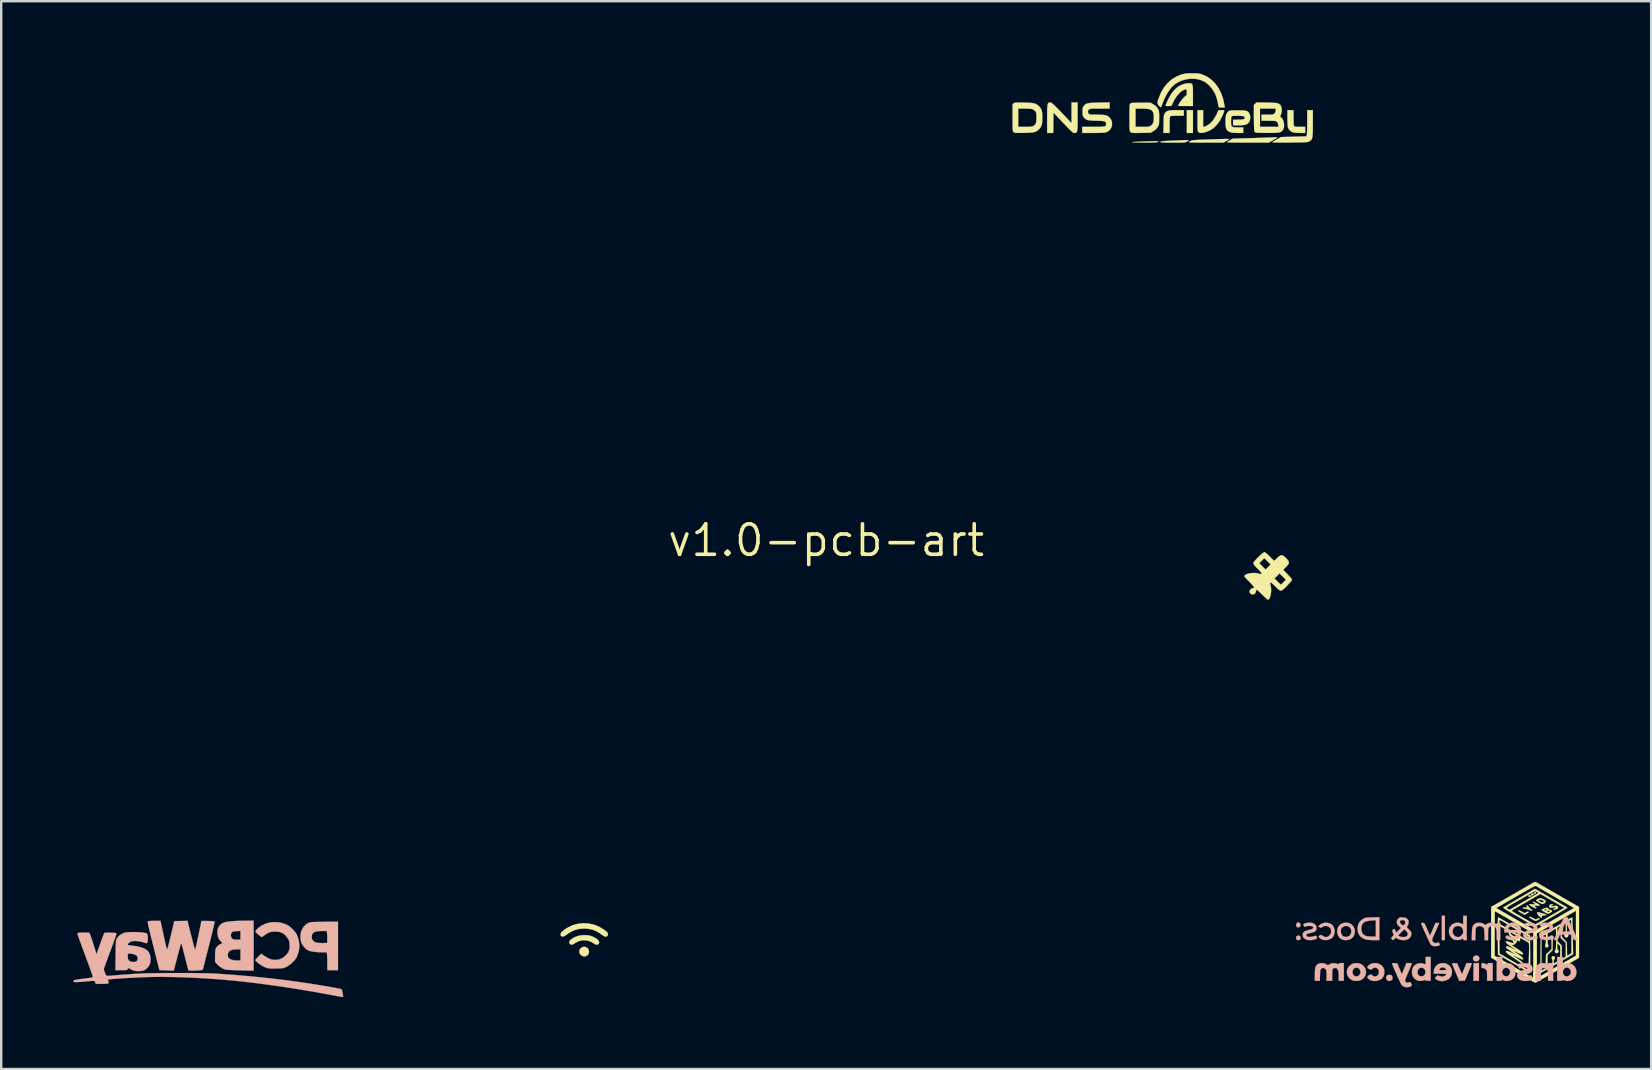
<source format=kicad_pcb>
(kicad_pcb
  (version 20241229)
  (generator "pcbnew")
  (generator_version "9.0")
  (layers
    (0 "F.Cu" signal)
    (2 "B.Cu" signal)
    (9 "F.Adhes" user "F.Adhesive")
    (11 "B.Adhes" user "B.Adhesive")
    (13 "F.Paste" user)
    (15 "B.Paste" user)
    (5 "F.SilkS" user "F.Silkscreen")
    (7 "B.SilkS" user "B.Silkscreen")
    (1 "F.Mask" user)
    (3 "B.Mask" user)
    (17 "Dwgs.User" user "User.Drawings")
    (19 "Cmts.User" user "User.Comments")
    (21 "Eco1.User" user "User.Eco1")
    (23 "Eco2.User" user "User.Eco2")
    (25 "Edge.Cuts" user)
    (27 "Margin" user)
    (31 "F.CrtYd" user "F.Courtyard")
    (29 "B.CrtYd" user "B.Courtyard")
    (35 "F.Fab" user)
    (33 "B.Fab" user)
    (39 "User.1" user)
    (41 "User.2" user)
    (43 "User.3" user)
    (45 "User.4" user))
  (footprint "v1.0-pcb-art"
    (layer "F.Cu")
    (at 31.374 19.466)
    (property "Reference" "v1.0-pcb-art" (at 0 0 0) (layer "F.SilkS") (effects (font (size 1.27 1.27) (thickness 0.15))))
    (attr through_hole)
    (fp_poly (pts (xy 15.282 -16.976) (xy 15.028 -16.976) (xy 15.028 -17.928) (xy 15.282 -17.928) (xy 15.282 -16.976)) (stroke (width 0.01) (type solid)) (fill yes) (layer "F.SilkS"))
    (fp_poly (pts (xy 29.572 14.669) (xy 29.58 14.69) (xy 29.562 14.717) (xy 29.531 14.728) (xy 29.494 14.727) (xy 29.488 14.701) (xy 29.489 14.697) (xy 29.509 14.668) (xy 29.543 14.658) (xy 29.572 14.669)) (stroke (width 0.01) (type solid)) (fill yes) (layer "F.SilkS"))
    (fp_poly (pts (xy 29.341 14.787) (xy 29.37 14.805) (xy 29.374 14.824) (xy 29.347 14.848) (xy 29.304 14.855) (xy 29.268 14.843) (xy 29.263 14.837) (xy 29.261 14.803) (xy 29.269 14.792) (xy 29.301 14.78) (xy 29.341 14.787)) (stroke (width 0.01) (type solid)) (fill yes) (layer "F.SilkS"))
    (fp_poly (pts (xy 29.443 14.716) (xy 29.471 14.739) (xy 29.475 14.753) (xy 29.457 14.78) (xy 29.42 14.792) (xy 29.382 14.785) (xy 29.368 14.773) (xy 29.369 14.744) (xy 29.398 14.722) (xy 29.441 14.716) (xy 29.443 14.716)) (stroke (width 0.01) (type solid)) (fill yes) (layer "F.SilkS"))
    (fp_poly (pts (xy -9.998 16.949) (xy -9.941 16.989) (xy -9.895 17.061) (xy -9.881 17.145) (xy -9.9 17.226) (xy -9.941 17.284) (xy -10.017 17.329) (xy -10.102 17.336) (xy -10.184 17.306) (xy -10.225 17.274) (xy -10.272 17.212) (xy -10.287 17.143) (xy -10.287 17.134) (xy -10.269 17.052) (xy -10.221 16.988) (xy -10.153 16.946) (xy -10.076 16.932) (xy -9.998 16.949)) (stroke (width 0.01) (type solid)) (fill yes) (layer "F.SilkS"))
    (fp_poly (pts (xy 29.388 15.704) (xy 29.443 15.732) (xy 29.567 15.801) (xy 29.634 15.762) (xy 29.684 15.74) (xy 29.719 15.74) (xy 29.729 15.756) (xy 29.708 15.783) (xy 29.693 15.794) (xy 29.627 15.835) (xy 29.58 15.854) (xy 29.536 15.85) (xy 29.481 15.825) (xy 29.432 15.797) (xy 29.36 15.754) (xy 29.318 15.728) (xy 29.299 15.712) (xy 29.296 15.701) (xy 29.303 15.688) (xy 29.304 15.686) (xy 29.331 15.682) (xy 29.388 15.704)) (stroke (width 0.01) (type solid)) (fill yes) (layer "F.SilkS"))
    (fp_poly (pts (xy 28.887 15.42) (xy 28.942 15.445) (xy 28.988 15.471) (xy 29.094 15.532) (xy 29.172 15.492) (xy 29.232 15.468) (xy 29.263 15.473) (xy 29.264 15.474) (xy 29.272 15.499) (xy 29.27 15.502) (xy 29.241 15.521) (xy 29.195 15.549) (xy 29.147 15.576) (xy 29.111 15.595) (xy 29.102 15.6) (xy 29.081 15.59) (xy 29.033 15.564) (xy 28.968 15.528) (xy 28.961 15.524) (xy 28.883 15.476) (xy 28.839 15.44) (xy 28.83 15.417) (xy 28.855 15.41) (xy 28.887 15.42)) (stroke (width 0.01) (type solid)) (fill yes) (layer "F.SilkS"))
    (fp_poly (pts (xy 19.473 -17.604) (xy 19.475 -17.459) (xy 19.479 -17.355) (xy 19.487 -17.287) (xy 19.498 -17.256) (xy 19.499 -17.255) (xy 19.535 -17.242) (xy 19.611 -17.233) (xy 19.724 -17.23) (xy 19.742 -17.23) (xy 19.96 -17.23) (xy 19.96 -16.976) (xy 19.743 -16.978) (xy 19.643 -16.98) (xy 19.55 -16.987) (xy 19.478 -16.995) (xy 19.452 -17) (xy 19.359 -17.046) (xy 19.284 -17.12) (xy 19.24 -17.207) (xy 19.233 -17.255) (xy 19.227 -17.335) (xy 19.222 -17.439) (xy 19.22 -17.555) (xy 19.219 -17.605) (xy 19.219 -17.928) (xy 19.473 -17.928) (xy 19.473 -17.604)) (stroke (width 0.01) (type solid)) (fill yes) (layer "F.SilkS"))
    (fp_poly (pts (xy 13.794 -16.631) (xy 13.828 -16.628) (xy 13.842 -16.622) (xy 13.84 -16.614) (xy 13.832 -16.607) (xy 13.814 -16.597) (xy 13.783 -16.59) (xy 13.736 -16.584) (xy 13.668 -16.58) (xy 13.573 -16.578) (xy 13.447 -16.577) (xy 13.286 -16.577) (xy 13.229 -16.577) (xy 13.078 -16.578) (xy 12.952 -16.58) (xy 12.854 -16.582) (xy 12.788 -16.586) (xy 12.756 -16.59) (xy 12.764 -16.594) (xy 12.812 -16.599) (xy 12.895 -16.605) (xy 13.006 -16.611) (xy 13.137 -16.617) (xy 13.281 -16.622) (xy 13.367 -16.625) (xy 13.526 -16.629) (xy 13.647 -16.632) (xy 13.735 -16.633) (xy 13.794 -16.631)) (stroke (width 0.01) (type solid)) (fill yes) (layer "F.SilkS"))
    (fp_poly (pts (xy 14.901 -17.695) (xy 14.63 -17.695) (xy 14.495 -17.693) (xy 14.4 -17.687) (xy 14.346 -17.677) (xy 14.334 -17.67) (xy 14.323 -17.641) (xy 14.315 -17.577) (xy 14.311 -17.476) (xy 14.309 -17.336) (xy 14.309 -17.31) (xy 14.309 -16.976) (xy 14.051 -16.976) (xy 14.058 -17.355) (xy 14.061 -17.493) (xy 14.065 -17.594) (xy 14.069 -17.667) (xy 14.076 -17.718) (xy 14.086 -17.754) (xy 14.1 -17.781) (xy 14.109 -17.794) (xy 14.151 -17.843) (xy 14.198 -17.879) (xy 14.258 -17.903) (xy 14.339 -17.918) (xy 14.447 -17.926) (xy 14.589 -17.928) (xy 14.6 -17.928) (xy 14.901 -17.928) (xy 14.901 -17.695)) (stroke (width 0.01) (type solid)) (fill yes) (layer "F.SilkS"))
    (fp_poly (pts (xy 18.78 -16.798) (xy 18.795 -16.791) (xy 18.778 -16.774) (xy 18.731 -16.742) (xy 18.664 -16.701) (xy 18.618 -16.674) (xy 18.441 -16.573) (xy 17.571 -16.573) (xy 17.384 -16.574) (xy 17.21 -16.575) (xy 17.055 -16.577) (xy 16.922 -16.579) (xy 16.817 -16.581) (xy 16.743 -16.584) (xy 16.705 -16.588) (xy 16.701 -16.589) (xy 16.718 -16.607) (xy 16.763 -16.637) (xy 16.822 -16.672) (xy 16.944 -16.738) (xy 17.738 -16.762) (xy 17.923 -16.768) (xy 18.1 -16.773) (xy 18.264 -16.779) (xy 18.407 -16.784) (xy 18.526 -16.789) (xy 18.613 -16.793) (xy 18.664 -16.797) (xy 18.732 -16.8) (xy 18.78 -16.798)) (stroke (width 0.01) (type solid)) (fill yes) (layer "F.SilkS"))
    (fp_poly (pts (xy 29.226 15.216) (xy 29.261 15.253) (xy 29.28 15.28) (xy 29.322 15.333) (xy 29.364 15.37) (xy 29.379 15.377) (xy 29.413 15.396) (xy 29.422 15.411) (xy 29.405 15.428) (xy 29.366 15.427) (xy 29.319 15.41) (xy 29.305 15.401) (xy 29.26 15.382) (xy 29.192 15.364) (xy 29.152 15.357) (xy 29.087 15.345) (xy 29.042 15.332) (xy 29.03 15.324) (xy 29.03 15.3) (xy 29.062 15.291) (xy 29.119 15.297) (xy 29.137 15.301) (xy 29.186 15.313) (xy 29.204 15.309) (xy 29.2 15.287) (xy 29.2 15.286) (xy 29.184 15.237) (xy 29.188 15.213) (xy 29.201 15.205) (xy 29.226 15.216)) (stroke (width 0.01) (type solid)) (fill yes) (layer "F.SilkS"))
    (fp_poly (pts (xy -9.852 16.469) (xy -9.818 16.478) (xy -9.688 16.529) (xy -9.583 16.587) (xy -9.508 16.649) (xy -9.467 16.71) (xy -9.461 16.742) (xy -9.477 16.806) (xy -9.518 16.842) (xy -9.577 16.847) (xy -9.643 16.817) (xy -9.654 16.809) (xy -9.797 16.723) (xy -9.952 16.673) (xy -10.111 16.661) (xy -10.269 16.686) (xy -10.418 16.749) (xy -10.476 16.786) (xy -10.555 16.834) (xy -10.616 16.846) (xy -10.666 16.825) (xy -10.677 16.815) (xy -10.708 16.761) (xy -10.698 16.702) (xy -10.646 16.64) (xy -10.555 16.576) (xy -10.456 16.524) (xy -10.317 16.475) (xy -10.159 16.449) (xy -9.999 16.447) (xy -9.852 16.469)) (stroke (width 0.01) (type solid)) (fill yes) (layer "F.SilkS"))
    (fp_poly (pts (xy 15.098 -16.674) (xy 15.098 -16.674) (xy 15.095 -16.66) (xy 15.063 -16.634) (xy 15.041 -16.62) (xy 15.015 -16.605) (xy 14.987 -16.594) (xy 14.952 -16.586) (xy 14.905 -16.58) (xy 14.839 -16.577) (xy 14.748 -16.575) (xy 14.628 -16.574) (xy 14.472 -16.574) (xy 14.445 -16.573) (xy 14.299 -16.574) (xy 14.17 -16.576) (xy 14.063 -16.58) (xy 13.983 -16.584) (xy 13.937 -16.589) (xy 13.928 -16.592) (xy 13.945 -16.615) (xy 13.965 -16.626) (xy 13.994 -16.631) (xy 14.059 -16.636) (xy 14.152 -16.642) (xy 14.266 -16.648) (xy 14.395 -16.654) (xy 14.53 -16.66) (xy 14.665 -16.666) (xy 14.794 -16.67) (xy 14.908 -16.674) (xy 15.002 -16.676) (xy 15.067 -16.676) (xy 15.098 -16.674)) (stroke (width 0.01) (type solid)) (fill yes) (layer "F.SilkS"))
    (fp_poly (pts (xy 16.751 -16.726) (xy 16.783 -16.721) (xy 16.785 -16.718) (xy 16.768 -16.702) (xy 16.724 -16.672) (xy 16.669 -16.639) (xy 16.553 -16.573) (xy 15.833 -16.573) (xy 15.663 -16.574) (xy 15.508 -16.575) (xy 15.371 -16.577) (xy 15.259 -16.58) (xy 15.175 -16.583) (xy 15.125 -16.586) (xy 15.113 -16.589) (xy 15.13 -16.609) (xy 15.171 -16.638) (xy 15.181 -16.644) (xy 15.197 -16.652) (xy 15.216 -16.659) (xy 15.242 -16.666) (xy 15.278 -16.671) (xy 15.326 -16.677) (xy 15.391 -16.682) (xy 15.475 -16.687) (xy 15.581 -16.692) (xy 15.714 -16.697) (xy 15.875 -16.703) (xy 16.069 -16.71) (xy 16.298 -16.717) (xy 16.565 -16.725) (xy 16.611 -16.727) (xy 16.69 -16.728) (xy 16.751 -16.726)) (stroke (width 0.01) (type solid)) (fill yes) (layer "F.SilkS"))
    (fp_poly (pts (xy 29.726 15.508) (xy 29.832 15.535) (xy 29.848 15.54) (xy 29.941 15.568) (xy 29.995 15.591) (xy 30.01 15.608) (xy 29.986 15.618) (xy 29.934 15.621) (xy 29.862 15.63) (xy 29.821 15.656) (xy 29.816 15.695) (xy 29.817 15.698) (xy 29.82 15.726) (xy 29.8 15.728) (xy 29.765 15.708) (xy 29.721 15.669) (xy 29.687 15.629) (xy 29.654 15.583) (xy 29.735 15.583) (xy 29.741 15.591) (xy 29.769 15.605) (xy 29.804 15.605) (xy 29.824 15.592) (xy 29.824 15.589) (xy 29.806 15.582) (xy 29.771 15.573) (xy 29.735 15.57) (xy 29.735 15.583) (xy 29.654 15.583) (xy 29.64 15.564) (xy 29.618 15.522) (xy 29.622 15.5) (xy 29.657 15.496) (xy 29.726 15.508)) (stroke (width 0.01) (type solid)) (fill yes) (layer "F.SilkS"))
    (fp_poly (pts (xy 29.864 14.945) (xy 29.942 14.985) (xy 29.979 15.024) (xy 29.978 15.064) (xy 29.94 15.108) (xy 29.893 15.141) (xy 29.847 15.151) (xy 29.793 15.136) (xy 29.716 15.096) (xy 29.711 15.093) (xy 29.634 15.047) (xy 29.593 15.015) (xy 29.585 14.993) (xy 29.688 14.993) (xy 29.688 15.007) (xy 29.719 15.03) (xy 29.741 15.044) (xy 29.81 15.076) (xy 29.865 15.083) (xy 29.899 15.064) (xy 29.903 15.055) (xy 29.893 15.028) (xy 29.855 15.001) (xy 29.802 14.981) (xy 29.748 14.973) (xy 29.715 14.978) (xy 29.688 14.993) (xy 29.585 14.993) (xy 29.584 14.991) (xy 29.607 14.97) (xy 29.659 14.944) (xy 29.661 14.943) (xy 29.759 14.9) (xy 29.864 14.945)) (stroke (width 0.01) (type solid)) (fill yes) (layer "F.SilkS"))
    (fp_poly (pts (xy -9.906 15.961) (xy -9.68 16.01) (xy -9.463 16.096) (xy -9.259 16.219) (xy -9.235 16.237) (xy -9.155 16.301) (xy -9.109 16.353) (xy -9.092 16.399) (xy -9.098 16.448) (xy -9.101 16.456) (xy -9.136 16.501) (xy -9.192 16.512) (xy -9.264 16.488) (xy -9.349 16.43) (xy -9.352 16.428) (xy -9.529 16.307) (xy -9.725 16.224) (xy -9.938 16.18) (xy -10.085 16.172) (xy -10.307 16.191) (xy -10.513 16.25) (xy -10.705 16.349) (xy -10.812 16.426) (xy -10.903 16.486) (xy -10.977 16.509) (xy -11.034 16.494) (xy -11.045 16.485) (xy -11.071 16.433) (xy -11.056 16.372) (xy -11.001 16.301) (xy -10.905 16.221) (xy -10.792 16.146) (xy -10.583 16.042) (xy -10.363 15.977) (xy -10.135 15.95) (xy -9.906 15.961)) (stroke (width 0.01) (type solid)) (fill yes) (layer "F.SilkS"))
    (fp_poly (pts (xy 30.281 15.163) (xy 30.29 15.177) (xy 30.272 15.195) (xy 30.259 15.198) (xy 30.226 15.21) (xy 30.207 15.235) (xy 30.211 15.253) (xy 30.236 15.254) (xy 30.286 15.244) (xy 30.309 15.238) (xy 30.385 15.226) (xy 30.446 15.234) (xy 30.486 15.258) (xy 30.5 15.292) (xy 30.48 15.333) (xy 30.454 15.355) (xy 30.408 15.377) (xy 30.355 15.387) (xy 30.311 15.385) (xy 30.29 15.37) (xy 30.29 15.367) (xy 30.307 15.349) (xy 30.329 15.346) (xy 30.376 15.33) (xy 30.395 15.314) (xy 30.409 15.29) (xy 30.387 15.282) (xy 30.378 15.282) (xy 30.325 15.29) (xy 30.28 15.303) (xy 30.217 15.314) (xy 30.165 15.301) (xy 30.132 15.272) (xy 30.124 15.233) (xy 30.149 15.191) (xy 30.157 15.185) (xy 30.2 15.164) (xy 30.247 15.157) (xy 30.281 15.163)) (stroke (width 0.01) (type solid)) (fill yes) (layer "F.SilkS"))
    (fp_poly (pts (xy 29.474 15.059) (xy 29.522 15.077) (xy 29.583 15.106) (xy 29.646 15.14) (xy 29.699 15.173) (xy 29.731 15.2) (xy 29.736 15.21) (xy 29.712 15.22) (xy 29.66 15.224) (xy 29.602 15.224) (xy 29.475 15.218) (xy 29.533 15.255) (xy 29.573 15.285) (xy 29.591 15.306) (xy 29.591 15.307) (xy 29.579 15.33) (xy 29.541 15.326) (xy 29.475 15.295) (xy 29.43 15.27) (xy 29.346 15.218) (xy 29.332 15.208) (xy 29.443 15.208) (xy 29.453 15.219) (xy 29.464 15.208) (xy 29.453 15.198) (xy 29.443 15.208) (xy 29.332 15.208) (xy 29.299 15.184) (xy 29.288 15.165) (xy 29.313 15.157) (xy 29.374 15.158) (xy 29.421 15.161) (xy 29.501 15.165) (xy 29.543 15.163) (xy 29.547 15.152) (xy 29.516 15.128) (xy 29.471 15.1) (xy 29.447 15.074) (xy 29.449 15.058) (xy 29.474 15.059)) (stroke (width 0.01) (type solid)) (fill yes) (layer "F.SilkS"))
    (fp_poly (pts (xy 15.706 -17.225) (xy 15.764 -17.239) (xy 15.869 -17.282) (xy 15.978 -17.356) (xy 16.077 -17.451) (xy 16.085 -17.461) (xy 16.143 -17.537) (xy 16.203 -17.631) (xy 16.258 -17.729) (xy 16.301 -17.818) (xy 16.324 -17.881) (xy 16.335 -17.907) (xy 16.359 -17.921) (xy 16.404 -17.927) (xy 16.467 -17.928) (xy 16.528 -17.928) (xy 16.566 -17.923) (xy 16.584 -17.907) (xy 16.581 -17.873) (xy 16.56 -17.813) (xy 16.523 -17.722) (xy 16.516 -17.706) (xy 16.413 -17.501) (xy 16.289 -17.327) (xy 16.145 -17.185) (xy 15.985 -17.079) (xy 15.81 -17.011) (xy 15.749 -16.997) (xy 15.662 -16.982) (xy 15.605 -16.977) (xy 15.565 -16.984) (xy 15.53 -17.002) (xy 15.52 -17.009) (xy 15.504 -17.021) (xy 15.492 -17.037) (xy 15.484 -17.062) (xy 15.479 -17.102) (xy 15.475 -17.163) (xy 15.473 -17.25) (xy 15.473 -17.37) (xy 15.473 -17.485) (xy 15.473 -17.928) (xy 15.706 -17.928) (xy 15.706 -17.225)) (stroke (width 0.01) (type solid)) (fill yes) (layer "F.SilkS"))
    (fp_poly (pts (xy 20.278 -17.373) (xy 20.277 -17.187) (xy 20.275 -17.039) (xy 20.271 -16.923) (xy 20.262 -16.835) (xy 20.25 -16.769) (xy 20.232 -16.721) (xy 20.207 -16.684) (xy 20.175 -16.656) (xy 20.134 -16.63) (xy 20.13 -16.627) (xy 20.108 -16.616) (xy 20.083 -16.606) (xy 20.051 -16.599) (xy 20.006 -16.593) (xy 19.946 -16.589) (xy 19.863 -16.585) (xy 19.755 -16.583) (xy 19.617 -16.581) (xy 19.444 -16.579) (xy 19.318 -16.578) (xy 19.117 -16.577) (xy 18.945 -16.577) (xy 18.804 -16.578) (xy 18.697 -16.581) (xy 18.626 -16.584) (xy 18.594 -16.589) (xy 18.593 -16.591) (xy 18.616 -16.61) (xy 18.667 -16.643) (xy 18.737 -16.685) (xy 18.776 -16.708) (xy 18.947 -16.805) (xy 19.477 -16.82) (xy 20.006 -16.834) (xy 20.025 -16.885) (xy 20.031 -16.92) (xy 20.036 -16.991) (xy 20.04 -17.091) (xy 20.043 -17.213) (xy 20.045 -17.351) (xy 20.045 -17.432) (xy 20.045 -17.928) (xy 20.278 -17.928) (xy 20.278 -17.373)) (stroke (width 0.01) (type solid)) (fill yes) (layer "F.SilkS"))
    (fp_poly (pts (xy 10.477 -17.658) (xy 10.477 -17.47) (xy 10.476 -17.32) (xy 10.472 -17.204) (xy 10.466 -17.117) (xy 10.456 -17.056) (xy 10.442 -17.015) (xy 10.422 -16.991) (xy 10.396 -16.98) (xy 10.362 -16.976) (xy 10.344 -16.976) (xy 10.321 -16.979) (xy 10.296 -16.989) (xy 10.263 -17.011) (xy 10.221 -17.046) (xy 10.164 -17.1) (xy 10.09 -17.174) (xy 9.995 -17.273) (xy 9.874 -17.4) (xy 9.874 -17.4) (xy 9.472 -17.823) (xy 9.466 -17.399) (xy 9.461 -16.976) (xy 9.207 -16.976) (xy 9.207 -17.564) (xy 9.208 -17.751) (xy 9.209 -17.901) (xy 9.213 -18.017) (xy 9.219 -18.104) (xy 9.229 -18.165) (xy 9.243 -18.206) (xy 9.263 -18.23) (xy 9.289 -18.242) (xy 9.321 -18.245) (xy 9.336 -18.246) (xy 9.356 -18.243) (xy 9.38 -18.232) (xy 9.412 -18.211) (xy 9.453 -18.178) (xy 9.506 -18.129) (xy 9.574 -18.063) (xy 9.66 -17.976) (xy 9.766 -17.867) (xy 9.895 -17.733) (xy 10.049 -17.571) (xy 10.102 -17.515) (xy 10.223 -17.388) (xy 10.223 -17.817) (xy 10.223 -18.246) (xy 10.477 -18.246) (xy 10.477 -17.658)) (stroke (width 0.01) (type solid)) (fill yes) (layer "F.SilkS"))
    (fp_poly (pts (xy 30.08 15.323) (xy 30.099 15.355) (xy 30.099 15.357) (xy 30.117 15.382) (xy 30.148 15.388) (xy 30.199 15.4) (xy 30.237 15.429) (xy 30.247 15.454) (xy 30.23 15.476) (xy 30.189 15.505) (xy 30.139 15.534) (xy 30.094 15.553) (xy 30.075 15.556) (xy 30.043 15.545) (xy 29.987 15.517) (xy 29.936 15.487) (xy 29.889 15.457) (xy 30.03 15.457) (xy 30.038 15.475) (xy 30.04 15.476) (xy 30.093 15.492) (xy 30.137 15.468) (xy 30.14 15.464) (xy 30.15 15.436) (xy 30.129 15.423) (xy 30.085 15.428) (xy 30.061 15.437) (xy 30.03 15.457) (xy 29.889 15.457) (xy 29.876 15.449) (xy 29.83 15.419) (xy 29.812 15.405) (xy 29.819 15.392) (xy 29.918 15.392) (xy 29.925 15.411) (xy 29.935 15.416) (xy 29.975 15.427) (xy 30.002 15.412) (xy 30.014 15.399) (xy 30.027 15.376) (xy 30.007 15.368) (xy 29.986 15.367) (xy 29.941 15.375) (xy 29.918 15.392) (xy 29.819 15.392) (xy 29.821 15.388) (xy 29.859 15.362) (xy 29.893 15.344) (xy 29.968 15.317) (xy 30.033 15.31) (xy 30.08 15.323)) (stroke (width 0.01) (type solid)) (fill yes) (layer "F.SilkS"))
    (fp_poly (pts (xy 15.182 -19.047) (xy 15.221 -19.035) (xy 15.248 -19.007) (xy 15.265 -18.96) (xy 15.276 -18.888) (xy 15.281 -18.787) (xy 15.282 -18.652) (xy 15.282 -18.527) (xy 15.282 -18.098) (xy 14.975 -18.098) (xy 14.867 -18.098) (xy 14.775 -18.1) (xy 14.708 -18.103) (xy 14.672 -18.107) (xy 14.668 -18.109) (xy 14.682 -18.15) (xy 14.717 -18.213) (xy 14.768 -18.288) (xy 14.827 -18.365) (xy 14.887 -18.437) (xy 14.941 -18.493) (xy 14.98 -18.523) (xy 15.008 -18.544) (xy 15.022 -18.576) (xy 15.028 -18.631) (xy 15.028 -18.673) (xy 15.025 -18.746) (xy 15.011 -18.786) (xy 14.978 -18.795) (xy 14.921 -18.777) (xy 14.866 -18.752) (xy 14.776 -18.691) (xy 14.681 -18.598) (xy 14.589 -18.482) (xy 14.506 -18.35) (xy 14.437 -18.212) (xy 14.407 -18.135) (xy 14.392 -18.113) (xy 14.357 -18.102) (xy 14.292 -18.098) (xy 14.266 -18.098) (xy 14.195 -18.098) (xy 14.158 -18.104) (xy 14.145 -18.117) (xy 14.149 -18.142) (xy 14.15 -18.145) (xy 14.164 -18.183) (xy 14.193 -18.249) (xy 14.231 -18.333) (xy 14.271 -18.415) (xy 14.385 -18.615) (xy 14.516 -18.778) (xy 14.662 -18.904) (xy 14.822 -18.991) (xy 14.994 -19.038) (xy 15.062 -19.045) (xy 15.13 -19.049) (xy 15.182 -19.047)) (stroke (width 0.01) (type solid)) (fill yes) (layer "F.SilkS"))
    (fp_poly (pts (xy 15.364 -19.461) (xy 15.457 -19.458) (xy 15.529 -19.45) (xy 15.593 -19.437) (xy 15.657 -19.417) (xy 15.667 -19.414) (xy 15.869 -19.322) (xy 16.051 -19.195) (xy 16.212 -19.035) (xy 16.348 -18.844) (xy 16.459 -18.627) (xy 16.542 -18.385) (xy 16.591 -18.156) (xy 16.609 -18.034) (xy 16.485 -18.034) (xy 16.403 -18.039) (xy 16.36 -18.052) (xy 16.354 -18.06) (xy 16.347 -18.092) (xy 16.334 -18.154) (xy 16.318 -18.236) (xy 16.311 -18.277) (xy 16.28 -18.405) (xy 16.237 -18.534) (xy 16.2 -18.622) (xy 16.13 -18.743) (xy 16.038 -18.865) (xy 15.934 -18.978) (xy 15.827 -19.071) (xy 15.753 -19.119) (xy 15.577 -19.192) (xy 15.385 -19.231) (xy 15.184 -19.236) (xy 14.982 -19.208) (xy 14.787 -19.149) (xy 14.607 -19.059) (xy 14.499 -18.984) (xy 14.39 -18.878) (xy 14.282 -18.737) (xy 14.179 -18.57) (xy 14.085 -18.383) (xy 14.013 -18.203) (xy 13.986 -18.132) (xy 13.963 -18.076) (xy 13.948 -18.048) (xy 13.948 -18.048) (xy 13.928 -18.053) (xy 13.892 -18.084) (xy 13.867 -18.111) (xy 13.829 -18.161) (xy 13.809 -18.202) (xy 13.805 -18.248) (xy 13.818 -18.31) (xy 13.845 -18.396) (xy 13.946 -18.648) (xy 14.074 -18.869) (xy 14.228 -19.057) (xy 14.407 -19.213) (xy 14.612 -19.334) (xy 14.785 -19.404) (xy 14.862 -19.428) (xy 14.931 -19.444) (xy 15.003 -19.454) (xy 15.092 -19.459) (xy 15.208 -19.461) (xy 15.24 -19.461) (xy 15.364 -19.461)) (stroke (width 0.01) (type solid)) (fill yes) (layer "F.SilkS"))
    (fp_poly (pts (xy 17.296 -17.916) (xy 17.405 -17.912) (xy 17.485 -17.901) (xy 17.542 -17.883) (xy 17.583 -17.855) (xy 17.615 -17.815) (xy 17.644 -17.761) (xy 17.667 -17.675) (xy 17.668 -17.576) (xy 17.647 -17.481) (xy 17.617 -17.424) (xy 17.569 -17.371) (xy 17.511 -17.333) (xy 17.435 -17.31) (xy 17.333 -17.297) (xy 17.198 -17.293) (xy 17.193 -17.293) (xy 16.954 -17.293) (xy 16.954 -17.525) (xy 17.18 -17.531) (xy 17.284 -17.534) (xy 17.353 -17.54) (xy 17.396 -17.55) (xy 17.42 -17.564) (xy 17.428 -17.574) (xy 17.44 -17.619) (xy 17.428 -17.648) (xy 17.412 -17.664) (xy 17.381 -17.676) (xy 17.329 -17.683) (xy 17.248 -17.688) (xy 17.167 -17.691) (xy 17.039 -17.691) (xy 16.951 -17.686) (xy 16.904 -17.675) (xy 16.899 -17.672) (xy 16.883 -17.643) (xy 16.874 -17.584) (xy 16.87 -17.49) (xy 16.87 -17.461) (xy 16.871 -17.36) (xy 16.88 -17.29) (xy 16.902 -17.246) (xy 16.945 -17.222) (xy 17.015 -17.211) (xy 17.119 -17.209) (xy 17.157 -17.209) (xy 17.378 -17.209) (xy 17.378 -16.976) (xy 17.15 -16.977) (xy 17.034 -16.98) (xy 16.934 -16.988) (xy 16.86 -17.001) (xy 16.843 -17.006) (xy 16.766 -17.041) (xy 16.709 -17.086) (xy 16.672 -17.148) (xy 16.649 -17.234) (xy 16.639 -17.35) (xy 16.637 -17.451) (xy 16.64 -17.583) (xy 16.652 -17.683) (xy 16.674 -17.758) (xy 16.709 -17.818) (xy 16.752 -17.865) (xy 16.775 -17.884) (xy 16.799 -17.898) (xy 16.831 -17.908) (xy 16.877 -17.914) (xy 16.946 -17.916) (xy 17.045 -17.917) (xy 17.152 -17.918) (xy 17.296 -17.916)) (stroke (width 0.01) (type solid)) (fill yes) (layer "F.SilkS"))
    (fp_poly (pts (xy 13.631 -18.169) (xy 13.737 -18.093) (xy 13.811 -18.002) (xy 13.837 -17.959) (xy 13.854 -17.922) (xy 13.865 -17.882) (xy 13.871 -17.828) (xy 13.874 -17.753) (xy 13.875 -17.647) (xy 13.875 -17.611) (xy 13.874 -17.494) (xy 13.872 -17.412) (xy 13.867 -17.353) (xy 13.858 -17.31) (xy 13.842 -17.272) (xy 13.819 -17.233) (xy 13.811 -17.22) (xy 13.733 -17.124) (xy 13.631 -17.052) (xy 13.515 -16.986) (xy 13.12 -16.979) (xy 12.981 -16.977) (xy 12.878 -16.976) (xy 12.805 -16.977) (xy 12.755 -16.981) (xy 12.723 -16.988) (xy 12.701 -16.999) (xy 12.683 -17.014) (xy 12.681 -17.016) (xy 12.667 -17.031) (xy 12.657 -17.05) (xy 12.649 -17.077) (xy 12.644 -17.118) (xy 12.64 -17.179) (xy 12.639 -17.23) (xy 12.89 -17.23) (xy 13.171 -17.23) (xy 13.289 -17.231) (xy 13.374 -17.234) (xy 13.433 -17.24) (xy 13.476 -17.25) (xy 13.511 -17.266) (xy 13.521 -17.273) (xy 13.585 -17.329) (xy 13.627 -17.409) (xy 13.648 -17.519) (xy 13.652 -17.615) (xy 13.646 -17.737) (xy 13.625 -17.83) (xy 13.585 -17.898) (xy 13.52 -17.945) (xy 13.426 -17.974) (xy 13.3 -17.988) (xy 13.16 -17.992) (xy 12.89 -17.992) (xy 12.89 -17.23) (xy 12.639 -17.23) (xy 12.638 -17.263) (xy 12.637 -17.377) (xy 12.637 -17.526) (xy 12.636 -17.607) (xy 12.637 -17.781) (xy 12.638 -17.917) (xy 12.641 -18.02) (xy 12.645 -18.096) (xy 12.651 -18.147) (xy 12.659 -18.179) (xy 12.667 -18.194) (xy 12.68 -18.208) (xy 12.699 -18.219) (xy 12.731 -18.226) (xy 12.781 -18.231) (xy 12.855 -18.234) (xy 12.959 -18.235) (xy 13.099 -18.235) (xy 13.515 -18.235) (xy 13.631 -18.169)) (stroke (width 0.01) (type solid)) (fill yes) (layer "F.SilkS"))
    (fp_poly (pts (xy 18.357 -18.242) (xy 18.522 -18.238) (xy 18.65 -18.233) (xy 18.747 -18.223) (xy 18.819 -18.209) (xy 18.87 -18.188) (xy 18.908 -18.158) (xy 18.936 -18.119) (xy 18.957 -18.08) (xy 18.98 -17.994) (xy 18.981 -17.89) (xy 18.963 -17.785) (xy 18.939 -17.721) (xy 18.918 -17.675) (xy 18.919 -17.65) (xy 18.942 -17.633) (xy 18.946 -17.631) (xy 18.999 -17.581) (xy 19.041 -17.502) (xy 19.069 -17.404) (xy 19.081 -17.302) (xy 19.074 -17.205) (xy 19.048 -17.126) (xy 19.038 -17.11) (xy 19.005 -17.068) (xy 18.969 -17.036) (xy 18.926 -17.013) (xy 18.869 -16.996) (xy 18.793 -16.986) (xy 18.691 -16.98) (xy 18.559 -16.978) (xy 18.394 -16.978) (xy 18.257 -16.979) (xy 18.133 -16.981) (xy 18.029 -16.984) (xy 17.951 -16.986) (xy 17.907 -16.989) (xy 17.901 -16.99) (xy 17.864 -17.016) (xy 17.842 -17.053) (xy 17.837 -17.088) (xy 17.832 -17.159) (xy 17.828 -17.26) (xy 17.825 -17.383) (xy 17.823 -17.522) (xy 17.822 -17.624) (xy 17.822 -17.992) (xy 18.076 -17.992) (xy 18.076 -17.23) (xy 18.838 -17.23) (xy 18.838 -17.305) (xy 18.82 -17.386) (xy 18.786 -17.432) (xy 18.764 -17.452) (xy 18.74 -17.467) (xy 18.706 -17.476) (xy 18.655 -17.481) (xy 18.579 -17.483) (xy 18.471 -17.484) (xy 18.437 -17.484) (xy 18.14 -17.484) (xy 18.14 -17.738) (xy 18.384 -17.738) (xy 18.49 -17.738) (xy 18.562 -17.741) (xy 18.61 -17.747) (xy 18.642 -17.759) (xy 18.667 -17.777) (xy 18.681 -17.79) (xy 18.724 -17.859) (xy 18.733 -17.917) (xy 18.733 -17.992) (xy 18.076 -17.992) (xy 17.822 -17.992) (xy 17.822 -18.142) (xy 17.876 -18.195) (xy 17.929 -18.249) (xy 18.357 -18.242)) (stroke (width 0.01) (type solid)) (fill yes) (layer "F.SilkS"))
    (fp_poly (pts (xy 8.1 -18.244) (xy 8.235 -18.242) (xy 8.25 -18.241) (xy 8.409 -18.236) (xy 8.533 -18.228) (xy 8.629 -18.216) (xy 8.702 -18.198) (xy 8.762 -18.173) (xy 8.813 -18.138) (xy 8.855 -18.102) (xy 8.915 -18.038) (xy 8.957 -17.974) (xy 8.984 -17.899) (xy 8.999 -17.805) (xy 9.006 -17.683) (xy 9.006 -17.611) (xy 9.003 -17.471) (xy 8.993 -17.365) (xy 8.972 -17.282) (xy 8.937 -17.214) (xy 8.886 -17.151) (xy 8.855 -17.12) (xy 8.805 -17.076) (xy 8.753 -17.043) (xy 8.693 -17.019) (xy 8.617 -17.002) (xy 8.519 -16.991) (xy 8.393 -16.984) (xy 8.244 -16.981) (xy 8.105 -16.978) (xy 8.001 -16.978) (xy 7.927 -16.98) (xy 7.876 -16.985) (xy 7.842 -16.994) (xy 7.818 -17.006) (xy 7.816 -17.007) (xy 7.802 -17.018) (xy 7.791 -17.032) (xy 7.782 -17.054) (xy 7.776 -17.088) (xy 7.772 -17.14) (xy 7.77 -17.214) (xy 7.769 -17.316) (xy 7.768 -17.451) (xy 7.768 -17.611) (xy 7.768 -17.992) (xy 8.001 -17.992) (xy 8.001 -17.23) (xy 8.278 -17.23) (xy 8.411 -17.231) (xy 8.508 -17.237) (xy 8.577 -17.247) (xy 8.623 -17.262) (xy 8.623 -17.262) (xy 8.683 -17.299) (xy 8.724 -17.35) (xy 8.749 -17.421) (xy 8.761 -17.521) (xy 8.763 -17.616) (xy 8.762 -17.715) (xy 8.757 -17.781) (xy 8.746 -17.827) (xy 8.727 -17.861) (xy 8.719 -17.873) (xy 8.678 -17.918) (xy 8.632 -17.951) (xy 8.575 -17.972) (xy 8.497 -17.985) (xy 8.391 -17.99) (xy 8.277 -17.992) (xy 8.001 -17.992) (xy 7.768 -17.992) (xy 7.768 -18.181) (xy 7.821 -18.216) (xy 7.846 -18.228) (xy 7.879 -18.237) (xy 7.929 -18.242) (xy 8 -18.245) (xy 8.1 -18.244)) (stroke (width 0.01) (type solid)) (fill yes) (layer "F.SilkS"))
    (fp_poly (pts (xy 11.811 -17.992) (xy 11.398 -17.992) (xy 11.255 -17.991) (xy 11.149 -17.99) (xy 11.072 -17.988) (xy 11.02 -17.983) (xy 10.985 -17.975) (xy 10.962 -17.965) (xy 10.944 -17.951) (xy 10.943 -17.949) (xy 10.906 -17.891) (xy 10.91 -17.828) (xy 10.934 -17.785) (xy 10.949 -17.766) (xy 10.969 -17.753) (xy 11.001 -17.745) (xy 11.052 -17.74) (xy 11.13 -17.738) (xy 11.241 -17.738) (xy 11.267 -17.738) (xy 11.42 -17.736) (xy 11.538 -17.729) (xy 11.628 -17.716) (xy 11.698 -17.694) (xy 11.755 -17.663) (xy 11.806 -17.62) (xy 11.813 -17.614) (xy 11.88 -17.52) (xy 11.911 -17.414) (xy 11.911 -17.304) (xy 11.88 -17.199) (xy 11.821 -17.106) (xy 11.736 -17.035) (xy 11.652 -16.999) (xy 11.602 -16.992) (xy 11.516 -16.985) (xy 11.401 -16.98) (xy 11.264 -16.977) (xy 11.118 -16.976) (xy 10.668 -16.976) (xy 10.668 -17.23) (xy 11.132 -17.23) (xy 11.296 -17.23) (xy 11.421 -17.232) (xy 11.515 -17.237) (xy 11.58 -17.246) (xy 11.623 -17.259) (xy 11.648 -17.279) (xy 11.659 -17.306) (xy 11.663 -17.342) (xy 11.663 -17.355) (xy 11.659 -17.398) (xy 11.645 -17.43) (xy 11.615 -17.453) (xy 11.563 -17.468) (xy 11.484 -17.478) (xy 11.373 -17.484) (xy 11.25 -17.487) (xy 11.102 -17.492) (xy 10.99 -17.499) (xy 10.906 -17.512) (xy 10.844 -17.532) (xy 10.796 -17.56) (xy 10.756 -17.6) (xy 10.728 -17.637) (xy 10.701 -17.682) (xy 10.686 -17.732) (xy 10.68 -17.801) (xy 10.679 -17.865) (xy 10.681 -17.955) (xy 10.69 -18.017) (xy 10.709 -18.064) (xy 10.726 -18.09) (xy 10.761 -18.134) (xy 10.8 -18.169) (xy 10.847 -18.195) (xy 10.909 -18.213) (xy 10.992 -18.226) (xy 11.102 -18.234) (xy 11.243 -18.239) (xy 11.372 -18.242) (xy 11.811 -18.249) (xy 11.811 -17.992)) (stroke (width 0.01) (type solid)) (fill yes) (layer "F.SilkS"))
    (fp_poly (pts (xy 29.653 14.588) (xy 29.724 14.628) (xy 29.817 14.682) (xy 29.916 14.739) (xy 29.961 14.765) (xy 30.18 14.892) (xy 30.363 14.998) (xy 30.513 15.085) (xy 30.632 15.153) (xy 30.721 15.204) (xy 30.771 15.231) (xy 30.83 15.266) (xy 30.87 15.294) (xy 30.882 15.306) (xy 30.865 15.32) (xy 30.815 15.352) (xy 30.739 15.399) (xy 30.641 15.458) (xy 30.526 15.526) (xy 30.399 15.601) (xy 30.265 15.679) (xy 30.129 15.758) (xy 29.996 15.835) (xy 29.872 15.906) (xy 29.76 15.97) (xy 29.666 16.022) (xy 29.595 16.061) (xy 29.552 16.083) (xy 29.542 16.086) (xy 29.515 16.076) (xy 29.46 16.048) (xy 29.383 16.006) (xy 29.293 15.954) (xy 29.27 15.94) (xy 29.174 15.884) (xy 29.051 15.813) (xy 28.912 15.732) (xy 28.768 15.648) (xy 28.627 15.567) (xy 28.607 15.556) (xy 28.489 15.487) (xy 28.392 15.429) (xy 28.566 15.429) (xy 28.58 15.444) (xy 28.625 15.476) (xy 28.696 15.522) (xy 28.787 15.577) (xy 28.877 15.629) (xy 28.997 15.698) (xy 29.117 15.767) (xy 29.228 15.831) (xy 29.319 15.884) (xy 29.358 15.907) (xy 29.433 15.949) (xy 29.495 15.982) (xy 29.535 15.999) (xy 29.542 16.001) (xy 29.566 15.991) (xy 29.622 15.962) (xy 29.704 15.918) (xy 29.807 15.86) (xy 29.927 15.792) (xy 30.05 15.72) (xy 30.186 15.641) (xy 30.316 15.565) (xy 30.434 15.496) (xy 30.534 15.439) (xy 30.608 15.396) (xy 30.646 15.374) (xy 30.759 15.31) (xy 30.593 15.214) (xy 30.518 15.17) (xy 30.416 15.112) (xy 30.299 15.044) (xy 30.175 14.972) (xy 30.092 14.925) (xy 29.758 14.732) (xy 29.277 15.011) (xy 29.142 15.09) (xy 29.012 15.165) (xy 28.895 15.233) (xy 28.796 15.289) (xy 28.723 15.331) (xy 28.687 15.351) (xy 28.626 15.386) (xy 28.581 15.415) (xy 28.566 15.429) (xy 28.392 15.429) (xy 28.386 15.425) (xy 28.302 15.371) (xy 28.242 15.331) (xy 28.217 15.309) (xy 28.357 15.309) (xy 28.36 15.327) (xy 28.381 15.344) (xy 28.398 15.354) (xy 28.446 15.378) (xy 28.481 15.384) (xy 28.518 15.37) (xy 28.57 15.338) (xy 28.617 15.309) (xy 28.694 15.264) (xy 28.795 15.204) (xy 28.914 15.135) (xy 29.044 15.06) (xy 29.179 14.982) (xy 29.312 14.906) (xy 29.438 14.834) (xy 29.49 14.805) (xy 29.568 14.76) (xy 29.629 14.722) (xy 29.667 14.696) (xy 29.675 14.688) (xy 29.658 14.672) (xy 29.616 14.648) (xy 29.604 14.642) (xy 29.584 14.632) (xy 29.567 14.624) (xy 29.548 14.621) (xy 29.524 14.625) (xy 29.491 14.638) (xy 29.443 14.662) (xy 29.376 14.699) (xy 29.285 14.751) (xy 29.167 14.82) (xy 29.017 14.907) (xy 29.014 14.909) (xy 28.901 14.975) (xy 28.772 15.049) (xy 28.649 15.12) (xy 28.602 15.147) (xy 28.495 15.209) (xy 28.421 15.254) (xy 28.376 15.286) (xy 28.357 15.309) (xy 28.217 15.309) (xy 28.212 15.306) (xy 28.21 15.3) (xy 28.232 15.286) (xy 28.286 15.252) (xy 28.369 15.203) (xy 28.475 15.14) (xy 28.601 15.066) (xy 28.742 14.983) (xy 28.881 14.902) (xy 29.534 14.521) (xy 29.653 14.588)) (stroke (width 0.01) (type solid)) (fill yes) (layer "F.SilkS"))
    (fp_poly (pts (xy 18.288 0.501) (xy 18.339 0.54) (xy 18.406 0.598) (xy 18.48 0.669) (xy 18.483 0.671) (xy 18.669 0.856) (xy 18.791 0.735) (xy 18.871 0.662) (xy 18.935 0.622) (xy 18.992 0.615) (xy 19.052 0.643) (xy 19.125 0.704) (xy 19.159 0.737) (xy 19.234 0.817) (xy 19.274 0.881) (xy 19.281 0.939) (xy 19.255 0.999) (xy 19.195 1.071) (xy 19.162 1.105) (xy 19.041 1.228) (xy 19.225 1.413) (xy 19.296 1.488) (xy 19.355 1.555) (xy 19.394 1.607) (xy 19.41 1.638) (xy 19.41 1.639) (xy 19.396 1.667) (xy 19.357 1.719) (xy 19.298 1.787) (xy 19.226 1.865) (xy 19.205 1.887) (xy 19.114 1.977) (xy 19.045 2.04) (xy 18.995 2.077) (xy 18.958 2.094) (xy 18.945 2.095) (xy 18.91 2.086) (xy 18.862 2.055) (xy 18.797 1.999) (xy 18.712 1.916) (xy 18.627 1.834) (xy 18.567 1.782) (xy 18.528 1.758) (xy 18.509 1.758) (xy 18.496 1.783) (xy 18.502 1.827) (xy 18.515 1.868) (xy 18.534 1.956) (xy 18.541 2.057) (xy 18.536 2.164) (xy 18.521 2.268) (xy 18.497 2.358) (xy 18.465 2.428) (xy 18.428 2.467) (xy 18.415 2.472) (xy 18.389 2.459) (xy 18.341 2.422) (xy 18.275 2.364) (xy 18.199 2.292) (xy 18.172 2.265) (xy 18.095 2.189) (xy 18.028 2.125) (xy 17.977 2.079) (xy 17.948 2.055) (xy 17.944 2.053) (xy 17.929 2.06) (xy 17.916 2.088) (xy 17.902 2.147) (xy 17.898 2.162) (xy 17.867 2.217) (xy 17.812 2.25) (xy 17.748 2.253) (xy 17.708 2.236) (xy 17.664 2.196) (xy 17.642 2.159) (xy 17.644 2.101) (xy 17.677 2.046) (xy 17.731 2.006) (xy 17.76 1.997) (xy 17.809 1.982) (xy 17.836 1.963) (xy 17.826 1.942) (xy 17.791 1.897) (xy 17.736 1.834) (xy 17.665 1.758) (xy 17.629 1.723) (xy 17.543 1.635) (xy 17.499 1.588) (xy 18.681 1.588) (xy 18.807 1.715) (xy 18.865 1.772) (xy 18.912 1.816) (xy 18.94 1.84) (xy 18.944 1.841) (xy 18.964 1.828) (xy 19.004 1.791) (xy 19.056 1.74) (xy 19.156 1.639) (xy 19.023 1.507) (xy 18.89 1.376) (xy 18.681 1.588) (xy 17.499 1.588) (xy 17.483 1.571) (xy 17.447 1.526) (xy 17.43 1.496) (xy 17.429 1.474) (xy 17.433 1.466) (xy 17.479 1.426) (xy 17.556 1.394) (xy 17.655 1.371) (xy 17.765 1.359) (xy 17.876 1.358) (xy 17.978 1.371) (xy 18.03 1.385) (xy 18.089 1.402) (xy 18.123 1.401) (xy 18.138 1.389) (xy 18.139 1.368) (xy 18.117 1.332) (xy 18.069 1.276) (xy 17.992 1.197) (xy 17.98 1.185) (xy 17.896 1.098) (xy 17.841 1.033) (xy 17.81 0.986) (xy 17.801 0.953) (xy 18.046 0.953) (xy 18.172 1.08) (xy 18.23 1.137) (xy 18.277 1.181) (xy 18.305 1.205) (xy 18.309 1.206) (xy 18.329 1.193) (xy 18.369 1.156) (xy 18.421 1.105) (xy 18.521 1.004) (xy 18.388 0.872) (xy 18.255 0.741) (xy 18.046 0.953) (xy 17.801 0.953) (xy 17.801 0.952) (xy 17.81 0.92) (xy 17.837 0.876) (xy 17.888 0.817) (xy 17.965 0.736) (xy 18.01 0.692) (xy 18.089 0.617) (xy 18.16 0.554) (xy 18.217 0.51) (xy 18.253 0.488) (xy 18.258 0.487) (xy 18.288 0.501)) (stroke (width 0.01) (type solid)) (fill yes) (layer "F.SilkS"))
    (fp_poly (pts (xy 29.562 14.236) (xy 29.588 14.248) (xy 29.591 14.249) (xy 29.623 14.268) (xy 29.686 14.304) (xy 29.775 14.356) (xy 29.885 14.419) (xy 30.011 14.491) (xy 30.146 14.569) (xy 30.152 14.573) (xy 30.296 14.656) (xy 30.439 14.738) (xy 30.572 14.815) (xy 30.689 14.883) (xy 30.783 14.937) (xy 30.84 14.97) (xy 30.945 15.031) (xy 31.064 15.099) (xy 31.173 15.161) (xy 31.194 15.173) (xy 31.369 15.272) (xy 31.369 16.331) (xy 31.369 17.39) (xy 30.479 17.905) (xy 30.301 18.008) (xy 30.134 18.104) (xy 29.98 18.191) (xy 29.844 18.268) (xy 29.73 18.333) (xy 29.641 18.382) (xy 29.581 18.414) (xy 29.554 18.427) (xy 29.553 18.428) (xy 29.528 18.419) (xy 29.47 18.391) (xy 29.382 18.345) (xy 29.268 18.283) (xy 29.196 18.243) (xy 29.612 18.243) (xy 29.734 18.173) (xy 29.799 18.136) (xy 29.89 18.083) (xy 29.994 18.023) (xy 30.1 17.962) (xy 30.11 17.957) (xy 30.205 17.901) (xy 30.328 17.83) (xy 30.468 17.75) (xy 30.615 17.665) (xy 30.76 17.581) (xy 30.803 17.557) (xy 31.242 17.304) (xy 31.242 15.432) (xy 30.782 15.698) (xy 30.628 15.787) (xy 30.462 15.883) (xy 30.295 15.98) (xy 30.137 16.07) (xy 30.002 16.148) (xy 29.967 16.169) (xy 29.612 16.372) (xy 29.612 17.308) (xy 29.612 18.243) (xy 29.196 18.243) (xy 29.131 18.207) (xy 28.975 18.12) (xy 28.803 18.022) (xy 28.619 17.916) (xy 28.612 17.912) (xy 27.707 17.388) (xy 27.708 16.381) (xy 27.855 16.381) (xy 27.855 17.311) (xy 28.305 17.571) (xy 28.456 17.658) (xy 28.619 17.752) (xy 28.783 17.847) (xy 28.935 17.935) (xy 29.066 18.011) (xy 29.094 18.027) (xy 29.202 18.089) (xy 29.297 18.143) (xy 29.374 18.186) (xy 29.427 18.214) (xy 29.448 18.224) (xy 29.451 18.203) (xy 29.455 18.145) (xy 29.457 18.053) (xy 29.46 17.931) (xy 29.462 17.785) (xy 29.463 17.617) (xy 29.464 17.432) (xy 29.464 17.297) (xy 29.464 16.37) (xy 29.184 16.209) (xy 29.061 16.139) (xy 28.918 16.056) (xy 28.768 15.969) (xy 28.628 15.888) (xy 28.586 15.863) (xy 28.395 15.753) (xy 28.23 15.657) (xy 28.094 15.579) (xy 27.987 15.518) (xy 27.912 15.477) (xy 27.871 15.455) (xy 27.863 15.452) (xy 27.862 15.472) (xy 27.86 15.531) (xy 27.859 15.623) (xy 27.857 15.745) (xy 27.857 15.892) (xy 27.856 16.06) (xy 27.855 16.244) (xy 27.855 16.381) (xy 27.708 16.381) (xy 27.708 15.318) (xy 27.92 15.318) (xy 28.577 15.697) (xy 28.737 15.789) (xy 28.891 15.878) (xy 29.034 15.961) (xy 29.162 16.034) (xy 29.268 16.095) (xy 29.347 16.141) (xy 29.386 16.164) (xy 29.457 16.203) (xy 29.513 16.232) (xy 29.545 16.246) (xy 29.549 16.246) (xy 29.569 16.234) (xy 29.621 16.204) (xy 29.703 16.158) (xy 29.808 16.097) (xy 29.934 16.025) (xy 30.075 15.943) (xy 30.229 15.854) (xy 30.237 15.85) (xy 30.397 15.758) (xy 30.55 15.669) (xy 30.691 15.588) (xy 30.816 15.516) (xy 30.919 15.457) (xy 30.995 15.413) (xy 31.037 15.39) (xy 31.16 15.32) (xy 31.098 15.282) (xy 31.063 15.261) (xy 30.997 15.223) (xy 30.906 15.17) (xy 30.795 15.105) (xy 30.669 15.033) (xy 30.541 14.959) (xy 30.332 14.839) (xy 30.156 14.738) (xy 30.011 14.654) (xy 29.894 14.586) (xy 29.801 14.532) (xy 29.729 14.491) (xy 29.675 14.459) (xy 29.637 14.436) (xy 29.61 14.42) (xy 29.592 14.409) (xy 29.585 14.404) (xy 29.57 14.399) (xy 29.548 14.401) (xy 29.514 14.412) (xy 29.464 14.435) (xy 29.396 14.47) (xy 29.304 14.52) (xy 29.186 14.587) (xy 29.038 14.672) (xy 28.918 14.741) (xy 28.76 14.833) (xy 28.605 14.922) (xy 28.459 15.007) (xy 28.329 15.082) (xy 28.22 15.145) (xy 28.138 15.193) (xy 28.105 15.212) (xy 27.92 15.318) (xy 27.708 15.318) (xy 27.708 15.272) (xy 27.882 15.175) (xy 27.948 15.137) (xy 28.045 15.082) (xy 28.167 15.013) (xy 28.307 14.932) (xy 28.461 14.844) (xy 28.621 14.752) (xy 28.782 14.659) (xy 28.938 14.569) (xy 29.083 14.485) (xy 29.211 14.41) (xy 29.317 14.349) (xy 29.358 14.324) (xy 29.441 14.276) (xy 29.497 14.247) (xy 29.535 14.235) (xy 29.562 14.236)) (stroke (width 0.01) (type solid)) (fill yes) (layer "F.SilkS"))
    (fp_poly (pts (xy 31.089 15.735) (xy 31.092 15.795) (xy 31.095 15.888) (xy 31.099 16.009) (xy 31.102 16.152) (xy 31.106 16.315) (xy 31.109 16.483) (xy 31.122 17.244) (xy 30.743 17.462) (xy 30.615 17.536) (xy 30.487 17.61) (xy 30.368 17.679) (xy 30.268 17.737) (xy 30.195 17.78) (xy 30.194 17.78) (xy 30.051 17.864) (xy 29.935 17.93) (xy 29.848 17.978) (xy 29.793 18.006) (xy 29.773 18.013) (xy 29.77 17.992) (xy 29.768 17.934) (xy 29.766 17.843) (xy 29.765 17.724) (xy 29.764 17.581) (xy 29.764 17.42) (xy 29.765 17.244) (xy 29.765 17.238) (xy 29.771 16.52) (xy 29.803 16.52) (xy 29.803 17.932) (xy 29.893 17.879) (xy 29.983 17.826) (xy 29.988 17.543) (xy 29.994 17.259) (xy 30.11 17.144) (xy 30.226 17.03) (xy 30.226 16.824) (xy 30.225 16.725) (xy 30.22 16.66) (xy 30.211 16.622) (xy 30.196 16.602) (xy 30.191 16.598) (xy 30.167 16.569) (xy 30.171 16.522) (xy 30.189 16.481) (xy 30.225 16.47) (xy 30.243 16.472) (xy 30.29 16.489) (xy 30.307 16.528) (xy 30.304 16.577) (xy 30.291 16.601) (xy 30.281 16.633) (xy 30.273 16.699) (xy 30.269 16.792) (xy 30.268 16.848) (xy 30.268 17.073) (xy 30.163 17.177) (xy 30.057 17.281) (xy 30.057 17.782) (xy 30.162 17.723) (xy 30.222 17.687) (xy 30.254 17.659) (xy 30.266 17.623) (xy 30.268 17.567) (xy 30.268 17.567) (xy 30.264 17.504) (xy 30.252 17.458) (xy 30.245 17.448) (xy 30.23 17.411) (xy 30.23 17.375) (xy 30.248 17.335) (xy 30.287 17.325) (xy 30.341 17.339) (xy 30.367 17.375) (xy 30.358 17.422) (xy 30.345 17.438) (xy 30.316 17.502) (xy 30.315 17.555) (xy 30.321 17.631) (xy 30.454 17.556) (xy 30.586 17.481) (xy 30.586 16.899) (xy 30.459 16.777) (xy 30.459 16.917) (xy 30.462 16.999) (xy 30.471 17.046) (xy 30.489 17.067) (xy 30.491 17.068) (xy 30.518 17.097) (xy 30.518 17.139) (xy 30.494 17.178) (xy 30.482 17.187) (xy 30.426 17.199) (xy 30.381 17.177) (xy 30.366 17.154) (xy 30.362 17.111) (xy 30.377 17.074) (xy 30.398 17.06) (xy 30.403 17.04) (xy 30.408 16.984) (xy 30.412 16.897) (xy 30.415 16.786) (xy 30.416 16.692) (xy 30.459 16.692) (xy 30.649 16.879) (xy 30.649 17.444) (xy 30.734 17.396) (xy 30.819 17.349) (xy 30.819 16.773) (xy 30.713 16.669) (xy 30.607 16.565) (xy 30.607 16.422) (xy 30.604 16.348) (xy 30.596 16.292) (xy 30.586 16.267) (xy 30.567 16.234) (xy 30.567 16.187) (xy 30.585 16.146) (xy 30.599 16.136) (xy 30.65 16.133) (xy 30.689 16.16) (xy 30.705 16.204) (xy 30.692 16.251) (xy 30.682 16.263) (xy 30.658 16.313) (xy 30.649 16.402) (xy 30.649 16.411) (xy 30.651 16.474) (xy 30.661 16.519) (xy 30.686 16.561) (xy 30.733 16.614) (xy 30.755 16.636) (xy 30.86 16.746) (xy 30.866 17.03) (xy 30.872 17.313) (xy 30.962 17.26) (xy 31.052 17.206) (xy 31.052 16.509) (xy 31.051 16.342) (xy 31.05 16.189) (xy 31.049 16.056) (xy 31.047 15.947) (xy 31.044 15.867) (xy 31.042 15.821) (xy 31.04 15.812) (xy 31.016 15.821) (xy 30.969 15.845) (xy 30.945 15.859) (xy 30.861 15.907) (xy 30.861 16.146) (xy 30.862 16.259) (xy 30.867 16.337) (xy 30.876 16.386) (xy 30.89 16.414) (xy 30.893 16.418) (xy 30.919 16.451) (xy 30.924 16.468) (xy 30.91 16.498) (xy 30.877 16.532) (xy 30.844 16.552) (xy 30.84 16.552) (xy 30.81 16.537) (xy 30.776 16.505) (xy 30.756 16.472) (xy 30.755 16.468) (xy 30.769 16.439) (xy 30.787 16.418) (xy 30.802 16.391) (xy 30.812 16.344) (xy 30.817 16.269) (xy 30.819 16.16) (xy 30.817 16.069) (xy 30.813 15.997) (xy 30.807 15.953) (xy 30.802 15.942) (xy 30.777 15.955) (xy 30.725 15.985) (xy 30.655 16.025) (xy 30.622 16.044) (xy 30.459 16.14) (xy 30.459 16.416) (xy 30.459 16.692) (xy 30.416 16.692) (xy 30.416 16.656) (xy 30.416 16.614) (xy 30.416 16.482) (xy 30.414 16.367) (xy 30.41 16.273) (xy 30.406 16.208) (xy 30.401 16.177) (xy 30.4 16.175) (xy 30.375 16.188) (xy 30.323 16.218) (xy 30.253 16.258) (xy 30.22 16.277) (xy 30.057 16.372) (xy 30.057 16.59) (xy 30.06 16.707) (xy 30.068 16.794) (xy 30.081 16.845) (xy 30.083 16.849) (xy 30.095 16.9) (xy 30.076 16.943) (xy 30.032 16.965) (xy 30.025 16.965) (xy 29.979 16.948) (xy 29.956 16.906) (xy 29.963 16.856) (xy 29.967 16.849) (xy 29.98 16.804) (xy 29.989 16.725) (xy 29.993 16.619) (xy 29.993 16.606) (xy 29.993 16.405) (xy 29.898 16.463) (xy 29.803 16.52) (xy 29.771 16.52) (xy 29.771 16.464) (xy 30.247 16.189) (xy 30.387 16.108) (xy 30.526 16.027) (xy 30.656 15.952) (xy 30.769 15.886) (xy 30.858 15.833) (xy 30.9 15.808) (xy 30.977 15.764) (xy 31.038 15.732) (xy 31.077 15.714) (xy 31.086 15.712) (xy 31.089 15.735)) (stroke (width 0.01) (type solid)) (fill yes) (layer "F.SilkS"))
    (fp_poly (pts (xy 28.02 15.716) (xy 28.074 15.744) (xy 28.152 15.788) (xy 28.249 15.843) (xy 28.361 15.906) (xy 28.384 15.92) (xy 28.523 16) (xy 28.673 16.087) (xy 28.822 16.172) (xy 28.956 16.25) (xy 29.041 16.298) (xy 29.326 16.462) (xy 29.332 17.237) (xy 29.333 17.414) (xy 29.333 17.576) (xy 29.332 17.72) (xy 29.33 17.84) (xy 29.327 17.932) (xy 29.324 17.991) (xy 29.321 18.013) (xy 29.32 18.013) (xy 29.299 18.003) (xy 29.245 17.973) (xy 29.163 17.928) (xy 29.056 17.868) (xy 28.931 17.797) (xy 28.79 17.716) (xy 28.648 17.634) (xy 27.993 17.256) (xy 27.987 16.481) (xy 27.987 16.346) (xy 28.05 16.346) (xy 28.05 16.481) (xy 28.051 16.632) (xy 28.051 16.641) (xy 28.056 17.217) (xy 28.363 17.395) (xy 28.573 17.518) (xy 28.75 17.62) (xy 28.894 17.704) (xy 29.011 17.771) (xy 29.101 17.822) (xy 29.168 17.86) (xy 29.214 17.886) (xy 29.241 17.9) (xy 29.254 17.906) (xy 29.254 17.906) (xy 29.258 17.886) (xy 29.263 17.829) (xy 29.268 17.741) (xy 29.273 17.627) (xy 29.278 17.492) (xy 29.282 17.343) (xy 29.282 17.342) (xy 29.286 17.167) (xy 29.289 17.029) (xy 29.289 16.925) (xy 29.287 16.851) (xy 29.284 16.801) (xy 29.277 16.772) (xy 29.269 16.76) (xy 29.239 16.743) (xy 29.183 16.71) (xy 29.11 16.667) (xy 29.078 16.649) (xy 28.914 16.555) (xy 28.914 16.628) (xy 28.904 16.679) (xy 28.88 16.703) (xy 28.851 16.693) (xy 28.84 16.679) (xy 28.812 16.659) (xy 28.79 16.672) (xy 28.787 16.691) (xy 28.773 16.725) (xy 28.738 16.773) (xy 28.717 16.796) (xy 28.663 16.843) (xy 28.62 16.858) (xy 28.6 16.856) (xy 28.564 16.85) (xy 28.554 16.854) (xy 28.571 16.869) (xy 28.616 16.901) (xy 28.682 16.945) (xy 28.74 16.982) (xy 28.87 17.068) (xy 28.963 17.138) (xy 29.021 17.192) (xy 29.041 17.228) (xy 29.041 17.229) (xy 29.024 17.248) (xy 28.977 17.246) (xy 28.907 17.224) (xy 28.848 17.197) (xy 28.76 17.154) (xy 28.692 17.125) (xy 28.658 17.113) (xy 28.808 17.113) (xy 28.818 17.124) (xy 28.829 17.113) (xy 28.818 17.103) (xy 28.808 17.113) (xy 28.658 17.113) (xy 28.65 17.11) (xy 28.639 17.112) (xy 28.655 17.126) (xy 28.698 17.156) (xy 28.75 17.188) (xy 28.852 17.255) (xy 28.936 17.318) (xy 28.998 17.374) (xy 29.035 17.419) (xy 29.042 17.45) (xy 29.017 17.462) (xy 29.013 17.462) (xy 28.983 17.454) (xy 28.925 17.43) (xy 28.847 17.395) (xy 28.785 17.366) (xy 28.697 17.323) (xy 28.641 17.298) (xy 28.618 17.292) (xy 28.629 17.305) (xy 28.675 17.338) (xy 28.755 17.393) (xy 28.824 17.439) (xy 28.903 17.494) (xy 28.966 17.544) (xy 29.008 17.582) (xy 29.02 17.601) (xy 29.009 17.628) (xy 28.977 17.623) (xy 28.932 17.592) (xy 28.896 17.566) (xy 28.832 17.522) (xy 28.751 17.467) (xy 28.659 17.406) (xy 28.649 17.399) (xy 28.528 17.318) (xy 28.478 17.283) (xy 28.765 17.283) (xy 28.776 17.293) (xy 28.787 17.283) (xy 28.776 17.272) (xy 28.765 17.283) (xy 28.478 17.283) (xy 28.448 17.261) (xy 28.554 17.261) (xy 28.564 17.272) (xy 28.575 17.261) (xy 28.564 17.251) (xy 28.554 17.261) (xy 28.448 17.261) (xy 28.44 17.256) (xy 28.379 17.208) (xy 28.342 17.173) (xy 28.324 17.146) (xy 28.321 17.131) (xy 28.331 17.109) (xy 28.364 17.106) (xy 28.425 17.124) (xy 28.517 17.163) (xy 28.528 17.169) (xy 28.626 17.214) (xy 28.69 17.244) (xy 28.726 17.26) (xy 28.74 17.264) (xy 28.736 17.26) (xy 28.719 17.248) (xy 28.716 17.246) (xy 28.586 17.157) (xy 28.488 17.088) (xy 28.457 17.066) (xy 28.578 17.066) (xy 28.584 17.078) (xy 28.605 17.101) (xy 28.617 17.096) (xy 28.617 17.093) (xy 28.602 17.075) (xy 28.593 17.069) (xy 28.578 17.066) (xy 28.457 17.066) (xy 28.417 17.037) (xy 28.369 17) (xy 28.34 16.973) (xy 28.327 16.954) (xy 28.325 16.948) (xy 28.333 16.918) (xy 28.376 16.915) (xy 28.451 16.937) (xy 28.561 16.984) (xy 28.602 17.005) (xy 28.681 17.043) (xy 28.742 17.073) (xy 28.779 17.09) (xy 28.787 17.092) (xy 28.77 17.079) (xy 28.725 17.049) (xy 28.66 17.006) (xy 28.612 16.974) (xy 28.485 16.889) (xy 28.418 16.838) (xy 28.512 16.838) (xy 28.522 16.849) (xy 28.533 16.838) (xy 28.522 16.828) (xy 28.512 16.838) (xy 28.418 16.838) (xy 28.396 16.821) (xy 28.341 16.769) (xy 28.321 16.731) (xy 28.321 16.728) (xy 28.327 16.708) (xy 28.351 16.703) (xy 28.399 16.712) (xy 28.477 16.738) (xy 28.505 16.748) (xy 28.574 16.77) (xy 28.626 16.781) (xy 28.65 16.78) (xy 28.648 16.756) (xy 28.626 16.713) (xy 28.62 16.704) (xy 28.589 16.644) (xy 28.58 16.608) (xy 28.642 16.608) (xy 28.655 16.646) (xy 28.678 16.679) (xy 28.699 16.691) (xy 28.702 16.69) (xy 28.722 16.659) (xy 28.723 16.649) (xy 28.71 16.616) (xy 28.682 16.588) (xy 28.653 16.577) (xy 28.645 16.581) (xy 28.642 16.608) (xy 28.58 16.608) (xy 28.575 16.584) (xy 28.575 16.581) (xy 28.562 16.528) (xy 28.517 16.488) (xy 28.511 16.485) (xy 28.468 16.452) (xy 28.45 16.409) (xy 28.448 16.368) (xy 28.512 16.368) (xy 28.522 16.398) (xy 28.555 16.432) (xy 28.618 16.476) (xy 28.676 16.511) (xy 28.754 16.556) (xy 28.803 16.581) (xy 28.83 16.588) (xy 28.843 16.58) (xy 28.847 16.567) (xy 28.845 16.525) (xy 28.836 16.51) (xy 28.81 16.493) (xy 28.758 16.461) (xy 28.688 16.421) (xy 28.665 16.408) (xy 28.59 16.366) (xy 28.545 16.344) (xy 28.521 16.34) (xy 28.513 16.351) (xy 28.512 16.368) (xy 28.448 16.368) (xy 28.448 16.368) (xy 28.44 16.304) (xy 28.411 16.264) (xy 28.4 16.257) (xy 28.346 16.225) (xy 28.278 16.185) (xy 28.205 16.144) (xy 28.138 16.106) (xy 28.085 16.079) (xy 28.058 16.066) (xy 28.057 16.066) (xy 28.054 16.086) (xy 28.052 16.143) (xy 28.05 16.232) (xy 28.05 16.346) (xy 27.987 16.346) (xy 27.987 16.304) (xy 27.987 16.142) (xy 27.987 15.999) (xy 27.989 15.894) (xy 28.046 15.894) (xy 28.048 15.938) (xy 28.06 15.97) (xy 28.09 15.999) (xy 28.145 16.034) (xy 28.178 16.053) (xy 28.233 16.085) (xy 28.318 16.134) (xy 28.426 16.197) (xy 28.55 16.27) (xy 28.685 16.348) (xy 28.797 16.414) (xy 28.927 16.489) (xy 29.044 16.557) (xy 29.143 16.615) (xy 29.221 16.659) (xy 29.271 16.688) (xy 29.289 16.699) (xy 29.293 16.681) (xy 29.294 16.634) (xy 29.295 16.61) (xy 29.295 16.519) (xy 29.078 16.394) (xy 28.97 16.332) (xy 28.843 16.258) (xy 28.712 16.183) (xy 28.607 16.122) (xy 28.45 16.031) (xy 28.326 15.96) (xy 28.231 15.905) (xy 28.161 15.865) (xy 28.112 15.838) (xy 28.081 15.822) (xy 28.064 15.814) (xy 28.057 15.812) (xy 28.05 15.83) (xy 28.046 15.877) (xy 28.046 15.894) (xy 27.989 15.894) (xy 27.989 15.878) (xy 27.991 15.787) (xy 27.994 15.727) (xy 27.998 15.706) (xy 27.998 15.706) (xy 28.02 15.716)) (stroke (width 0.01) (type solid)) (fill yes) (layer "F.SilkS"))
    (fp_poly (pts (xy 25.781 16.658) (xy 25.654 16.658) (xy 25.654 15.642) (xy 25.781 15.642) (xy 25.781 16.658)) (stroke (width 0.01) (type solid)) (fill yes) (layer "B.SilkS"))
    (fp_poly (pts (xy 27.199 18.352) (xy 26.965 18.352) (xy 26.971 17.986) (xy 26.977 17.621) (xy 27.199 17.608) (xy 27.199 18.352)) (stroke (width 0.01) (type solid)) (fill yes) (layer "B.SilkS"))
    (fp_poly (pts (xy 19.721 15.935) (xy 19.754 15.979) (xy 19.77 16.031) (xy 19.77 16.035) (xy 19.752 16.085) (xy 19.709 16.118) (xy 19.655 16.127) (xy 19.606 16.105) (xy 19.605 16.104) (xy 19.582 16.057) (xy 19.582 16) (xy 19.604 15.952) (xy 19.62 15.939) (xy 19.662 15.921) (xy 19.682 15.917) (xy 19.721 15.935)) (stroke (width 0.01) (type solid)) (fill yes) (layer "B.SilkS"))
    (fp_poly (pts (xy 27.158 17.309) (xy 27.185 17.332) (xy 27.218 17.393) (xy 27.216 17.452) (xy 27.186 17.503) (xy 27.133 17.535) (xy 27.066 17.541) (xy 27.03 17.532) (xy 26.99 17.507) (xy 26.972 17.488) (xy 26.948 17.432) (xy 26.958 17.379) (xy 26.993 17.333) (xy 27.043 17.302) (xy 27.102 17.292) (xy 27.158 17.309)) (stroke (width 0.01) (type solid)) (fill yes) (layer "B.SilkS"))
    (fp_poly (pts (xy 19.723 16.479) (xy 19.744 16.493) (xy 19.765 16.534) (xy 19.77 16.563) (xy 19.758 16.611) (xy 19.744 16.633) (xy 19.703 16.654) (xy 19.674 16.658) (xy 19.626 16.647) (xy 19.605 16.633) (xy 19.583 16.591) (xy 19.579 16.563) (xy 19.591 16.514) (xy 19.605 16.493) (xy 19.646 16.472) (xy 19.674 16.468) (xy 19.723 16.479)) (stroke (width 0.01) (type solid)) (fill yes) (layer "B.SilkS"))
    (fp_poly (pts (xy 23.551 18.118) (xy 23.568 18.131) (xy 23.593 18.181) (xy 23.6 18.246) (xy 23.585 18.302) (xy 23.584 18.303) (xy 23.546 18.333) (xy 23.49 18.354) (xy 23.438 18.358) (xy 23.431 18.356) (xy 23.37 18.319) (xy 23.334 18.263) (xy 23.328 18.2) (xy 23.355 18.142) (xy 23.364 18.133) (xy 23.421 18.105) (xy 23.489 18.1) (xy 23.551 18.118)) (stroke (width 0.01) (type solid)) (fill yes) (layer "B.SilkS"))
    (fp_poly (pts (xy 27.771 18.352) (xy 27.538 18.352) (xy 27.538 18.139) (xy 27.537 18.041) (xy 27.534 17.975) (xy 27.525 17.932) (xy 27.51 17.902) (xy 27.487 17.875) (xy 27.486 17.874) (xy 27.419 17.831) (xy 27.369 17.822) (xy 27.331 17.82) (xy 27.312 17.806) (xy 27.306 17.769) (xy 27.305 17.716) (xy 27.307 17.654) (xy 27.316 17.622) (xy 27.337 17.611) (xy 27.353 17.611) (xy 27.403 17.62) (xy 27.466 17.644) (xy 27.48 17.651) (xy 27.53 17.675) (xy 27.553 17.68) (xy 27.559 17.665) (xy 27.559 17.651) (xy 27.565 17.627) (xy 27.591 17.615) (xy 27.646 17.611) (xy 27.665 17.611) (xy 27.771 17.611) (xy 27.771 18.352)) (stroke (width 0.01) (type solid)) (fill yes) (layer "B.SilkS"))
    (fp_poly (pts (xy 26.854 17.614) (xy 26.894 17.622) (xy 26.903 17.63) (xy 26.895 17.655) (xy 26.873 17.712) (xy 26.84 17.795) (xy 26.799 17.896) (xy 26.758 17.995) (xy 26.613 18.341) (xy 26.496 18.347) (xy 26.379 18.353) (xy 26.228 17.998) (xy 26.18 17.884) (xy 26.138 17.783) (xy 26.106 17.702) (xy 26.084 17.647) (xy 26.077 17.625) (xy 26.096 17.617) (xy 26.145 17.614) (xy 26.185 17.615) (xy 26.292 17.621) (xy 26.387 17.843) (xy 26.425 17.931) (xy 26.457 18.004) (xy 26.479 18.053) (xy 26.487 18.07) (xy 26.497 18.054) (xy 26.519 18.006) (xy 26.55 17.933) (xy 26.586 17.844) (xy 26.586 17.843) (xy 26.68 17.611) (xy 26.791 17.611) (xy 26.854 17.614)) (stroke (width 0.01) (type solid)) (fill yes) (layer "B.SilkS"))
    (fp_poly (pts (xy 30.29 18.352) (xy 30.078 18.352) (xy 30.078 18.151) (xy 30.075 18.057) (xy 30.069 17.974) (xy 30.059 17.915) (xy 30.054 17.898) (xy 30.013 17.85) (xy 29.954 17.822) (xy 29.89 17.815) (xy 29.833 17.832) (xy 29.796 17.873) (xy 29.795 17.875) (xy 29.789 17.91) (xy 29.785 17.977) (xy 29.782 18.065) (xy 29.782 18.131) (xy 29.782 18.352) (xy 29.549 18.352) (xy 29.549 18.103) (xy 29.551 17.983) (xy 29.557 17.895) (xy 29.567 17.83) (xy 29.584 17.778) (xy 29.589 17.768) (xy 29.647 17.687) (xy 29.731 17.634) (xy 29.832 17.611) (xy 29.943 17.621) (xy 30.004 17.641) (xy 30.053 17.659) (xy 30.073 17.659) (xy 30.078 17.641) (xy 30.09 17.622) (xy 30.133 17.612) (xy 30.184 17.611) (xy 30.29 17.611) (xy 30.29 18.352)) (stroke (width 0.01) (type solid)) (fill yes) (layer "B.SilkS"))
    (fp_poly (pts (xy 23.05 16.658) (xy 22.812 16.657) (xy 22.704 16.654) (xy 22.601 16.647) (xy 22.517 16.637) (xy 22.475 16.629) (xy 22.347 16.574) (xy 22.245 16.489) (xy 22.182 16.393) (xy 22.146 16.275) (xy 22.142 16.178) (xy 22.299 16.178) (xy 22.311 16.295) (xy 22.349 16.385) (xy 22.415 16.448) (xy 22.512 16.489) (xy 22.644 16.507) (xy 22.717 16.51) (xy 22.902 16.51) (xy 22.902 15.826) (xy 22.711 15.839) (xy 22.562 15.857) (xy 22.45 15.893) (xy 22.372 15.948) (xy 22.323 16.025) (xy 22.301 16.127) (xy 22.299 16.178) (xy 22.142 16.178) (xy 22.14 16.146) (xy 22.164 16.021) (xy 22.216 15.913) (xy 22.275 15.846) (xy 22.347 15.787) (xy 22.374 15.77) (xy 22.417 15.748) (xy 22.459 15.733) (xy 22.512 15.723) (xy 22.583 15.716) (xy 22.681 15.712) (xy 22.759 15.709) (xy 23.05 15.701) (xy 23.05 16.658)) (stroke (width 0.01) (type solid)) (fill yes) (layer "B.SilkS"))
    (fp_poly (pts (xy 22.264 17.645) (xy 22.359 17.703) (xy 22.433 17.783) (xy 22.481 17.881) (xy 22.495 17.994) (xy 22.491 18.04) (xy 22.453 18.159) (xy 22.383 18.252) (xy 22.287 18.318) (xy 22.169 18.354) (xy 22.035 18.355) (xy 21.997 18.349) (xy 21.883 18.308) (xy 21.791 18.236) (xy 21.727 18.14) (xy 21.697 18.026) (xy 21.696 17.994) (xy 21.697 17.985) (xy 21.929 17.985) (xy 21.944 18.073) (xy 21.989 18.132) (xy 22.036 18.159) (xy 22.111 18.17) (xy 22.181 18.141) (xy 22.22 18.105) (xy 22.261 18.033) (xy 22.26 17.95) (xy 22.236 17.887) (xy 22.187 17.828) (xy 22.125 17.802) (xy 22.058 17.805) (xy 21.998 17.836) (xy 21.952 17.891) (xy 21.93 17.967) (xy 21.929 17.985) (xy 21.697 17.985) (xy 21.714 17.868) (xy 21.767 17.765) (xy 21.856 17.685) (xy 21.918 17.651) (xy 22.038 17.615) (xy 22.155 17.615) (xy 22.264 17.645)) (stroke (width 0.01) (type solid)) (fill yes) (layer "B.SilkS"))
    (fp_poly (pts (xy 30.692 17.675) (xy 30.754 17.643) (xy 30.855 17.613) (xy 30.963 17.618) (xy 31.066 17.654) (xy 31.155 17.718) (xy 31.216 17.8) (xy 31.254 17.914) (xy 31.261 18.033) (xy 31.241 18.133) (xy 31.183 18.229) (xy 31.097 18.303) (xy 30.994 18.348) (xy 30.883 18.359) (xy 30.829 18.351) (xy 30.771 18.335) (xy 30.729 18.32) (xy 30.698 18.317) (xy 30.692 18.328) (xy 30.672 18.342) (xy 30.617 18.35) (xy 30.575 18.352) (xy 30.459 18.352) (xy 30.459 17.978) (xy 30.694 17.978) (xy 30.707 18.06) (xy 30.726 18.094) (xy 30.787 18.152) (xy 30.858 18.171) (xy 30.934 18.148) (xy 30.983 18.113) (xy 31.02 18.057) (xy 31.03 17.987) (xy 31.014 17.906) (xy 30.973 17.846) (xy 30.914 17.81) (xy 30.849 17.8) (xy 30.785 17.819) (xy 30.732 17.871) (xy 30.723 17.887) (xy 30.694 17.978) (xy 30.459 17.978) (xy 30.459 17.357) (xy 30.692 17.357) (xy 30.692 17.675)) (stroke (width 0.01) (type solid)) (fill yes) (layer "B.SilkS"))
    (fp_poly (pts (xy 25.188 18.352) (xy 25.084 18.352) (xy 25.02 18.347) (xy 24.98 18.335) (xy 24.972 18.327) (xy 24.952 18.314) (xy 24.923 18.324) (xy 24.822 18.355) (xy 24.707 18.354) (xy 24.67 18.348) (xy 24.579 18.309) (xy 24.497 18.24) (xy 24.438 18.156) (xy 24.424 18.123) (xy 24.408 18.028) (xy 24.409 17.995) (xy 24.638 17.995) (xy 24.649 18.07) (xy 24.667 18.102) (xy 24.728 18.151) (xy 24.804 18.167) (xy 24.88 18.148) (xy 24.918 18.123) (xy 24.948 18.08) (xy 24.968 18.023) (xy 24.967 17.94) (xy 24.936 17.872) (xy 24.884 17.825) (xy 24.819 17.804) (xy 24.75 17.813) (xy 24.69 17.853) (xy 24.652 17.916) (xy 24.638 17.995) (xy 24.409 17.995) (xy 24.412 17.922) (xy 24.436 17.823) (xy 24.467 17.762) (xy 24.549 17.68) (xy 24.653 17.63) (xy 24.768 17.614) (xy 24.884 17.634) (xy 24.903 17.641) (xy 24.977 17.672) (xy 24.977 17.357) (xy 25.188 17.357) (xy 25.188 18.352)) (stroke (width 0.01) (type solid)) (fill yes) (layer "B.SilkS"))
    (fp_poly (pts (xy 21.797 15.95) (xy 21.895 16.006) (xy 21.971 16.088) (xy 22.018 16.194) (xy 22.029 16.26) (xy 22.02 16.386) (xy 21.976 16.494) (xy 21.901 16.578) (xy 21.801 16.634) (xy 21.681 16.656) (xy 21.664 16.656) (xy 21.59 16.652) (xy 21.525 16.641) (xy 21.505 16.634) (xy 21.407 16.574) (xy 21.338 16.485) (xy 21.3 16.372) (xy 21.294 16.297) (xy 21.296 16.281) (xy 21.443 16.281) (xy 21.459 16.388) (xy 21.503 16.466) (xy 21.573 16.512) (xy 21.665 16.524) (xy 21.682 16.523) (xy 21.75 16.504) (xy 21.809 16.47) (xy 21.814 16.466) (xy 21.861 16.396) (xy 21.883 16.308) (xy 21.877 16.223) (xy 21.839 16.145) (xy 21.774 16.092) (xy 21.694 16.066) (xy 21.609 16.069) (xy 21.53 16.105) (xy 21.504 16.127) (xy 21.461 16.181) (xy 21.444 16.24) (xy 21.443 16.281) (xy 21.296 16.281) (xy 21.309 16.169) (xy 21.357 16.068) (xy 21.438 15.993) (xy 21.553 15.943) (xy 21.562 15.94) (xy 21.684 15.927) (xy 21.797 15.95)) (stroke (width 0.01) (type solid)) (fill yes) (layer "B.SilkS"))
    (fp_poly (pts (xy 20.907 15.936) (xy 21.023 15.978) (xy 21.053 15.995) (xy 21.114 16.057) (xy 21.16 16.145) (xy 21.185 16.245) (xy 21.188 16.288) (xy 21.17 16.416) (xy 21.12 16.52) (xy 21.038 16.595) (xy 20.928 16.641) (xy 20.841 16.653) (xy 20.749 16.653) (xy 20.68 16.639) (xy 20.639 16.621) (xy 20.583 16.583) (xy 20.541 16.542) (xy 20.537 16.536) (xy 20.52 16.504) (xy 20.531 16.482) (xy 20.569 16.46) (xy 20.614 16.44) (xy 20.644 16.445) (xy 20.673 16.471) (xy 20.722 16.501) (xy 20.788 16.522) (xy 20.803 16.525) (xy 20.86 16.529) (xy 20.901 16.517) (xy 20.944 16.482) (xy 20.965 16.462) (xy 21.012 16.408) (xy 21.034 16.36) (xy 21.04 16.294) (xy 21.04 16.288) (xy 21.034 16.217) (xy 21.011 16.166) (xy 20.978 16.127) (xy 20.902 16.079) (xy 20.812 16.063) (xy 20.722 16.081) (xy 20.671 16.11) (xy 20.631 16.138) (xy 20.601 16.141) (xy 20.561 16.119) (xy 20.559 16.117) (xy 20.503 16.081) (xy 20.569 16.021) (xy 20.67 15.958) (xy 20.786 15.93) (xy 20.907 15.936)) (stroke (width 0.01) (type solid)) (fill yes) (layer "B.SilkS"))
    (fp_poly (pts (xy 26.691 16.658) (xy 26.617 16.658) (xy 26.566 16.654) (xy 26.546 16.636) (xy 26.543 16.613) (xy 26.541 16.582) (xy 26.527 16.583) (xy 26.5 16.606) (xy 26.446 16.633) (xy 26.367 16.649) (xy 26.278 16.653) (xy 26.195 16.644) (xy 26.151 16.629) (xy 26.059 16.565) (xy 25.992 16.474) (xy 25.955 16.366) (xy 25.951 16.268) (xy 26.1 16.268) (xy 26.107 16.36) (xy 26.147 16.439) (xy 26.215 16.498) (xy 26.308 16.528) (xy 26.339 16.53) (xy 26.401 16.514) (xy 26.47 16.46) (xy 26.471 16.459) (xy 26.517 16.406) (xy 26.538 16.355) (xy 26.543 16.288) (xy 26.526 16.191) (xy 26.477 16.118) (xy 26.402 16.075) (xy 26.332 16.066) (xy 26.24 16.075) (xy 26.177 16.108) (xy 26.132 16.169) (xy 26.13 16.171) (xy 26.1 16.268) (xy 25.951 16.268) (xy 25.951 16.249) (xy 25.981 16.133) (xy 25.992 16.109) (xy 26.057 16.024) (xy 26.149 15.965) (xy 26.255 15.933) (xy 26.367 15.932) (xy 26.473 15.966) (xy 26.474 15.967) (xy 26.543 16.003) (xy 26.543 15.642) (xy 26.691 15.642) (xy 26.691 16.658)) (stroke (width 0.01) (type solid)) (fill yes) (layer "B.SilkS"))
    (fp_poly (pts (xy 28.173 17.506) (xy 28.173 17.584) (xy 28.177 17.627) (xy 28.187 17.644) (xy 28.206 17.643) (xy 28.22 17.639) (xy 28.268 17.629) (xy 28.339 17.623) (xy 28.388 17.621) (xy 28.493 17.633) (xy 28.576 17.671) (xy 28.649 17.743) (xy 28.676 17.78) (xy 28.709 17.859) (xy 28.724 17.96) (xy 28.719 18.066) (xy 28.694 18.162) (xy 28.688 18.176) (xy 28.626 18.259) (xy 28.537 18.32) (xy 28.43 18.354) (xy 28.316 18.356) (xy 28.284 18.351) (xy 28.226 18.332) (xy 28.184 18.309) (xy 28.158 18.294) (xy 28.152 18.314) (xy 28.152 18.317) (xy 28.142 18.338) (xy 28.109 18.349) (xy 28.046 18.352) (xy 27.94 18.352) (xy 27.94 17.996) (xy 28.163 17.996) (xy 28.188 18.076) (xy 28.239 18.137) (xy 28.305 18.166) (xy 28.376 18.162) (xy 28.439 18.126) (xy 28.482 18.063) (xy 28.501 17.974) (xy 28.48 17.897) (xy 28.432 17.843) (xy 28.359 17.806) (xy 28.287 17.812) (xy 28.228 17.849) (xy 28.174 17.918) (xy 28.163 17.996) (xy 27.94 17.996) (xy 27.94 17.357) (xy 28.173 17.357) (xy 28.173 17.506)) (stroke (width 0.01) (type solid)) (fill yes) (layer "B.SilkS"))
    (fp_poly (pts (xy 22.945 17.618) (xy 23.01 17.635) (xy 23.124 17.693) (xy 23.204 17.777) (xy 23.251 17.884) (xy 23.261 17.974) (xy 23.247 18.105) (xy 23.2 18.208) (xy 23.121 18.285) (xy 23.008 18.336) (xy 22.913 18.357) (xy 22.852 18.361) (xy 22.807 18.358) (xy 22.73 18.341) (xy 22.679 18.324) (xy 22.638 18.299) (xy 22.608 18.276) (xy 22.558 18.226) (xy 22.548 18.186) (xy 22.576 18.149) (xy 22.619 18.12) (xy 22.669 18.092) (xy 22.699 18.086) (xy 22.725 18.1) (xy 22.741 18.115) (xy 22.807 18.16) (xy 22.871 18.17) (xy 22.923 18.158) (xy 22.984 18.124) (xy 23.018 18.07) (xy 23.029 17.986) (xy 23.029 17.973) (xy 23.021 17.907) (xy 22.992 17.861) (xy 22.974 17.845) (xy 22.924 17.814) (xy 22.88 17.801) (xy 22.879 17.801) (xy 22.832 17.809) (xy 22.781 17.829) (xy 22.743 17.853) (xy 22.733 17.868) (xy 22.717 17.884) (xy 22.675 17.88) (xy 22.619 17.858) (xy 22.604 17.85) (xy 22.557 17.815) (xy 22.547 17.782) (xy 22.573 17.74) (xy 22.601 17.711) (xy 22.701 17.644) (xy 22.818 17.612) (xy 22.945 17.618)) (stroke (width 0.01) (type solid)) (fill yes) (layer "B.SilkS"))
    (fp_poly (pts (xy 25.485 16.081) (xy 25.449 16.164) (xy 25.403 16.269) (xy 25.355 16.379) (xy 25.329 16.436) (xy 25.288 16.529) (xy 25.262 16.592) (xy 25.25 16.634) (xy 25.25 16.664) (xy 25.26 16.691) (xy 25.271 16.711) (xy 25.323 16.765) (xy 25.391 16.783) (xy 25.464 16.764) (xy 25.504 16.751) (xy 25.534 16.772) (xy 25.539 16.778) (xy 25.562 16.818) (xy 25.569 16.84) (xy 25.551 16.87) (xy 25.502 16.892) (xy 25.434 16.906) (xy 25.359 16.909) (xy 25.287 16.9) (xy 25.258 16.891) (xy 25.212 16.859) (xy 25.177 16.819) (xy 25.16 16.788) (xy 25.131 16.726) (xy 25.091 16.642) (xy 25.045 16.541) (xy 24.995 16.43) (xy 24.944 16.317) (xy 24.895 16.207) (xy 24.852 16.109) (xy 24.818 16.029) (xy 24.794 15.973) (xy 24.786 15.949) (xy 24.805 15.942) (xy 24.85 15.939) (xy 24.857 15.938) (xy 24.895 15.941) (xy 24.921 15.954) (xy 24.945 15.986) (xy 24.973 16.045) (xy 24.988 16.081) (xy 25.029 16.176) (xy 25.073 16.278) (xy 25.104 16.348) (xy 25.16 16.472) (xy 25.389 15.939) (xy 25.468 15.939) (xy 25.546 15.938) (xy 25.485 16.081)) (stroke (width 0.01) (type solid)) (fill yes) (layer "B.SilkS"))
    (fp_poly (pts (xy 30.893 15.707) (xy 31.099 16.167) (xy 31.157 16.296) (xy 31.209 16.413) (xy 31.252 16.512) (xy 31.284 16.586) (xy 31.302 16.631) (xy 31.306 16.642) (xy 31.287 16.653) (xy 31.241 16.658) (xy 31.233 16.658) (xy 31.191 16.655) (xy 31.162 16.639) (xy 31.136 16.602) (xy 31.107 16.542) (xy 31.054 16.425) (xy 30.572 16.425) (xy 30.524 16.542) (xy 30.495 16.607) (xy 30.471 16.642) (xy 30.443 16.656) (xy 30.404 16.658) (xy 30.356 16.652) (xy 30.332 16.637) (xy 30.332 16.634) (xy 30.34 16.609) (xy 30.364 16.551) (xy 30.4 16.466) (xy 30.447 16.359) (xy 30.474 16.298) (xy 30.632 16.298) (xy 30.812 16.298) (xy 30.898 16.298) (xy 30.95 16.295) (xy 30.975 16.287) (xy 30.981 16.273) (xy 30.976 16.251) (xy 30.958 16.203) (xy 30.931 16.139) (xy 30.899 16.066) (xy 30.866 15.997) (xy 30.837 15.939) (xy 30.817 15.904) (xy 30.811 15.898) (xy 30.8 15.92) (xy 30.776 15.972) (xy 30.743 16.045) (xy 30.718 16.103) (xy 30.632 16.298) (xy 30.474 16.298) (xy 30.501 16.237) (xy 30.537 16.158) (xy 30.742 15.706) (xy 30.893 15.707)) (stroke (width 0.01) (type solid)) (fill yes) (layer "B.SilkS"))
    (fp_poly (pts (xy 29.472 15.953) (xy 29.554 15.994) (xy 29.607 16.052) (xy 29.61 16.059) (xy 29.633 16.149) (xy 29.616 16.226) (xy 29.561 16.288) (xy 29.472 16.331) (xy 29.438 16.34) (xy 29.331 16.366) (xy 29.259 16.386) (xy 29.216 16.405) (xy 29.196 16.424) (xy 29.192 16.448) (xy 29.193 16.453) (xy 29.219 16.5) (xy 29.278 16.523) (xy 29.367 16.524) (xy 29.485 16.501) (xy 29.561 16.479) (xy 29.598 16.478) (xy 29.625 16.512) (xy 29.628 16.518) (xy 29.641 16.563) (xy 29.628 16.589) (xy 29.627 16.59) (xy 29.555 16.626) (xy 29.457 16.649) (xy 29.35 16.656) (xy 29.247 16.648) (xy 29.176 16.628) (xy 29.097 16.574) (xy 29.051 16.497) (xy 29.041 16.433) (xy 29.061 16.36) (xy 29.12 16.301) (xy 29.218 16.256) (xy 29.303 16.235) (xy 29.403 16.21) (xy 29.462 16.18) (xy 29.482 16.144) (xy 29.471 16.111) (xy 29.424 16.074) (xy 29.346 16.061) (xy 29.245 16.071) (xy 29.155 16.094) (xy 29.118 16.095) (xy 29.091 16.063) (xy 29.087 16.054) (xy 29.068 16.011) (xy 29.069 15.988) (xy 29.097 15.973) (xy 29.141 15.958) (xy 29.256 15.933) (xy 29.369 15.932) (xy 29.472 15.953)) (stroke (width 0.01) (type solid)) (fill yes) (layer "B.SilkS"))
    (fp_poly (pts (xy 24.355 17.613) (xy 24.396 17.62) (xy 24.405 17.627) (xy 24.397 17.65) (xy 24.375 17.706) (xy 24.342 17.788) (xy 24.299 17.89) (xy 24.254 17.997) (xy 24.2 18.122) (xy 24.162 18.215) (xy 24.137 18.28) (xy 24.123 18.324) (xy 24.12 18.354) (xy 24.125 18.373) (xy 24.137 18.39) (xy 24.142 18.395) (xy 24.185 18.425) (xy 24.24 18.427) (xy 24.303 18.405) (xy 24.334 18.406) (xy 24.364 18.441) (xy 24.374 18.458) (xy 24.397 18.521) (xy 24.387 18.564) (xy 24.34 18.593) (xy 24.306 18.604) (xy 24.233 18.621) (xy 24.176 18.622) (xy 24.111 18.608) (xy 24.097 18.604) (xy 24.034 18.574) (xy 23.985 18.535) (xy 23.966 18.505) (xy 23.934 18.443) (xy 23.893 18.357) (xy 23.845 18.254) (xy 23.793 18.14) (xy 23.74 18.022) (xy 23.69 17.908) (xy 23.646 17.804) (xy 23.611 17.718) (xy 23.588 17.656) (xy 23.58 17.626) (xy 23.599 17.617) (xy 23.647 17.614) (xy 23.687 17.615) (xy 23.795 17.621) (xy 23.884 17.838) (xy 23.921 17.926) (xy 23.952 17.998) (xy 23.974 18.047) (xy 23.983 18.063) (xy 23.994 18.049) (xy 24.017 18.002) (xy 24.049 17.931) (xy 24.086 17.842) (xy 24.18 17.611) (xy 24.293 17.611) (xy 24.355 17.613)) (stroke (width 0.01) (type solid)) (fill yes) (layer "B.SilkS"))
    (fp_poly (pts (xy 30.101 15.943) (xy 30.178 15.967) (xy 30.247 16.017) (xy 30.282 16.084) (xy 30.29 16.157) (xy 30.27 16.235) (xy 30.212 16.296) (xy 30.115 16.34) (xy 30.033 16.359) (xy 29.958 16.376) (xy 29.897 16.397) (xy 29.869 16.414) (xy 29.849 16.441) (xy 29.859 16.468) (xy 29.876 16.488) (xy 29.934 16.522) (xy 30.016 16.53) (xy 30.114 16.513) (xy 30.165 16.496) (xy 30.22 16.475) (xy 30.251 16.472) (xy 30.272 16.487) (xy 30.282 16.5) (xy 30.305 16.541) (xy 30.311 16.564) (xy 30.291 16.594) (xy 30.239 16.62) (xy 30.165 16.639) (xy 30.077 16.651) (xy 29.986 16.653) (xy 29.902 16.646) (xy 29.834 16.627) (xy 29.824 16.622) (xy 29.751 16.566) (xy 29.71 16.491) (xy 29.706 16.409) (xy 29.707 16.406) (xy 29.74 16.332) (xy 29.806 16.282) (xy 29.891 16.253) (xy 29.998 16.229) (xy 30.07 16.209) (xy 30.114 16.192) (xy 30.135 16.174) (xy 30.141 16.154) (xy 30.141 16.152) (xy 30.123 16.101) (xy 30.074 16.07) (xy 30.001 16.058) (xy 29.911 16.068) (xy 29.82 16.097) (xy 29.788 16.095) (xy 29.758 16.059) (xy 29.751 16.048) (xy 29.719 15.984) (xy 29.798 15.958) (xy 29.894 15.938) (xy 30 15.933) (xy 30.101 15.943)) (stroke (width 0.01) (type solid)) (fill yes) (layer "B.SilkS"))
    (fp_poly (pts (xy -20.341 16.896) (xy -20.341 17.907) (xy -20.786 17.907) (xy -20.786 17.616) (xy -20.787 17.502) (xy -20.79 17.396) (xy -20.794 17.309) (xy -20.798 17.252) (xy -20.799 17.246) (xy -20.812 17.166) (xy -20.963 17.166) (xy -21.124 17.161) (xy -21.275 17.149) (xy -21.408 17.132) (xy -21.515 17.109) (xy -21.584 17.084) (xy -21.681 17.017) (xy -21.77 16.924) (xy -21.841 16.818) (xy -21.876 16.736) (xy -21.907 16.569) (xy -21.905 16.499) (xy -21.439 16.499) (xy -21.428 16.596) (xy -21.41 16.637) (xy -21.366 16.696) (xy -21.302 16.738) (xy -21.212 16.764) (xy -21.091 16.777) (xy -20.966 16.778) (xy -20.796 16.775) (xy -20.789 16.637) (xy -20.788 16.542) (xy -20.791 16.444) (xy -20.796 16.388) (xy -20.81 16.277) (xy -21.021 16.277) (xy -21.158 16.282) (xy -21.261 16.296) (xy -21.334 16.323) (xy -21.385 16.365) (xy -21.409 16.401) (xy -21.439 16.499) (xy -21.905 16.499) (xy -21.902 16.408) (xy -21.864 16.259) (xy -21.793 16.127) (xy -21.693 16.018) (xy -21.589 15.949) (xy -21.558 15.934) (xy -21.528 15.922) (xy -21.491 15.914) (xy -21.444 15.907) (xy -21.38 15.902) (xy -21.294 15.899) (xy -21.181 15.896) (xy -21.034 15.894) (xy -20.916 15.892) (xy -20.341 15.886) (xy -20.341 16.896)) (stroke (width 0.01) (type solid)) (fill yes) (layer "B.SilkS"))
    (fp_poly (pts (xy 20.264 15.943) (xy 20.349 15.984) (xy 20.408 16.048) (xy 20.435 16.129) (xy 20.435 16.148) (xy 20.422 16.229) (xy 20.38 16.286) (xy 20.305 16.325) (xy 20.249 16.341) (xy 20.143 16.366) (xy 20.072 16.386) (xy 20.029 16.405) (xy 20.01 16.425) (xy 20.006 16.449) (xy 20.007 16.453) (xy 20.032 16.5) (xy 20.091 16.523) (xy 20.181 16.524) (xy 20.299 16.501) (xy 20.374 16.479) (xy 20.412 16.478) (xy 20.439 16.512) (xy 20.442 16.518) (xy 20.455 16.563) (xy 20.441 16.589) (xy 20.441 16.59) (xy 20.372 16.624) (xy 20.278 16.647) (xy 20.174 16.656) (xy 20.074 16.652) (xy 20.003 16.634) (xy 19.916 16.583) (xy 19.867 16.512) (xy 19.854 16.443) (xy 19.869 16.363) (xy 19.916 16.304) (xy 19.999 16.265) (xy 20.028 16.257) (xy 20.149 16.225) (xy 20.233 16.197) (xy 20.282 16.172) (xy 20.301 16.146) (xy 20.292 16.117) (xy 20.272 16.094) (xy 20.23 16.074) (xy 20.162 16.064) (xy 20.085 16.064) (xy 20.014 16.075) (xy 19.98 16.087) (xy 19.947 16.103) (xy 19.928 16.099) (xy 19.908 16.067) (xy 19.897 16.047) (xy 19.884 16.011) (xy 19.893 15.985) (xy 19.929 15.965) (xy 20 15.946) (xy 20.036 15.938) (xy 20.158 15.927) (xy 20.264 15.943)) (stroke (width 0.01) (type solid)) (fill yes) (layer "B.SilkS"))
    (fp_poly (pts (xy 28.691 15.938) (xy 28.788 15.975) (xy 28.873 16.042) (xy 28.908 16.086) (xy 28.938 16.144) (xy 28.953 16.212) (xy 28.956 16.288) (xy 28.942 16.41) (xy 28.897 16.508) (xy 28.818 16.591) (xy 28.802 16.602) (xy 28.737 16.632) (xy 28.647 16.65) (xy 28.55 16.654) (xy 28.46 16.644) (xy 28.416 16.63) (xy 28.362 16.599) (xy 28.323 16.566) (xy 28.306 16.534) (xy 28.318 16.504) (xy 28.331 16.49) (xy 28.356 16.465) (xy 28.38 16.46) (xy 28.418 16.476) (xy 28.445 16.49) (xy 28.531 16.524) (xy 28.611 16.526) (xy 28.69 16.501) (xy 28.757 16.459) (xy 28.799 16.403) (xy 28.808 16.363) (xy 28.787 16.353) (xy 28.725 16.345) (xy 28.622 16.341) (xy 28.533 16.341) (xy 28.258 16.341) (xy 28.258 16.249) (xy 28.26 16.235) (xy 28.383 16.235) (xy 28.596 16.235) (xy 28.699 16.233) (xy 28.765 16.228) (xy 28.799 16.219) (xy 28.808 16.208) (xy 28.789 16.154) (xy 28.741 16.104) (xy 28.676 16.067) (xy 28.672 16.066) (xy 28.584 16.057) (xy 28.5 16.085) (xy 28.434 16.143) (xy 28.417 16.17) (xy 28.383 16.235) (xy 28.26 16.235) (xy 28.276 16.143) (xy 28.325 16.056) (xy 28.399 15.991) (xy 28.489 15.948) (xy 28.589 15.93) (xy 28.691 15.938)) (stroke (width 0.01) (type solid)) (fill yes) (layer "B.SilkS"))
    (fp_poly (pts (xy 21.569 18.352) (xy 21.357 18.352) (xy 21.357 18.164) (xy 21.353 18.034) (xy 21.34 17.939) (xy 21.315 17.875) (xy 21.278 17.835) (xy 21.261 17.826) (xy 21.198 17.814) (xy 21.138 17.83) (xy 21.099 17.869) (xy 21.095 17.875) (xy 21.09 17.91) (xy 21.085 17.977) (xy 21.083 18.065) (xy 21.082 18.131) (xy 21.082 18.352) (xy 20.849 18.352) (xy 20.849 18.132) (xy 20.848 18.026) (xy 20.843 17.955) (xy 20.834 17.907) (xy 20.818 17.876) (xy 20.812 17.869) (xy 20.751 17.821) (xy 20.688 17.814) (xy 20.635 17.841) (xy 20.613 17.862) (xy 20.598 17.888) (xy 20.588 17.928) (xy 20.583 17.99) (xy 20.578 18.083) (xy 20.577 18.117) (xy 20.57 18.352) (xy 20.362 18.352) (xy 20.362 18.082) (xy 20.365 17.943) (xy 20.375 17.84) (xy 20.393 17.764) (xy 20.424 17.709) (xy 20.468 17.668) (xy 20.513 17.641) (xy 20.596 17.617) (xy 20.695 17.617) (xy 20.789 17.639) (xy 20.845 17.668) (xy 20.886 17.695) (xy 20.914 17.697) (xy 20.951 17.674) (xy 20.958 17.669) (xy 21.04 17.63) (xy 21.14 17.615) (xy 21.241 17.627) (xy 21.278 17.639) (xy 21.329 17.658) (xy 21.352 17.659) (xy 21.357 17.641) (xy 21.37 17.622) (xy 21.412 17.612) (xy 21.463 17.611) (xy 21.569 17.611) (xy 21.569 18.352)) (stroke (width 0.01) (type solid)) (fill yes) (layer "B.SilkS"))
    (fp_poly (pts (xy 25.849 17.64) (xy 25.944 17.696) (xy 26.018 17.777) (xy 26.064 17.88) (xy 26.077 17.976) (xy 26.06 18.106) (xy 26.009 18.21) (xy 25.924 18.289) (xy 25.808 18.34) (xy 25.76 18.351) (xy 25.698 18.363) (xy 25.656 18.369) (xy 25.646 18.37) (xy 25.626 18.365) (xy 25.58 18.355) (xy 25.569 18.353) (xy 25.464 18.32) (xy 25.391 18.27) (xy 25.383 18.261) (xy 25.373 18.235) (xy 25.392 18.201) (xy 25.418 18.175) (xy 25.458 18.14) (xy 25.488 18.129) (xy 25.53 18.14) (xy 25.559 18.152) (xy 25.639 18.174) (xy 25.704 18.173) (xy 25.762 18.152) (xy 25.813 18.119) (xy 25.842 18.084) (xy 25.845 18.073) (xy 25.825 18.066) (xy 25.771 18.061) (xy 25.69 18.057) (xy 25.591 18.055) (xy 25.58 18.055) (xy 25.315 18.055) (xy 25.315 17.975) (xy 25.331 17.887) (xy 25.542 17.887) (xy 25.548 17.899) (xy 25.577 17.905) (xy 25.637 17.907) (xy 25.686 17.907) (xy 25.761 17.905) (xy 25.818 17.899) (xy 25.844 17.891) (xy 25.845 17.889) (xy 25.827 17.858) (xy 25.786 17.823) (xy 25.736 17.796) (xy 25.725 17.792) (xy 25.661 17.792) (xy 25.596 17.821) (xy 25.552 17.866) (xy 25.542 17.887) (xy 25.331 17.887) (xy 25.335 17.864) (xy 25.387 17.763) (xy 25.466 17.683) (xy 25.504 17.659) (xy 25.622 17.618) (xy 25.739 17.613) (xy 25.849 17.64)) (stroke (width 0.01) (type solid)) (fill yes) (layer "B.SilkS"))
    (fp_poly (pts (xy 27.799 15.936) (xy 27.877 15.962) (xy 27.884 15.966) (xy 27.923 15.989) (xy 27.938 15.986) (xy 27.94 15.971) (xy 27.955 15.947) (xy 28.005 15.939) (xy 28.014 15.938) (xy 28.088 15.938) (xy 28.088 16.658) (xy 27.94 16.658) (xy 27.94 16.435) (xy 27.936 16.298) (xy 27.922 16.198) (xy 27.895 16.13) (xy 27.853 16.089) (xy 27.794 16.069) (xy 27.748 16.066) (xy 27.671 16.081) (xy 27.626 16.114) (xy 27.606 16.139) (xy 27.593 16.169) (xy 27.585 16.212) (xy 27.581 16.278) (xy 27.58 16.375) (xy 27.58 16.411) (xy 27.58 16.658) (xy 27.437 16.658) (xy 27.429 16.413) (xy 27.425 16.307) (xy 27.42 16.235) (xy 27.413 16.188) (xy 27.4 16.157) (xy 27.381 16.133) (xy 27.362 16.116) (xy 27.286 16.075) (xy 27.202 16.068) (xy 27.125 16.096) (xy 27.112 16.106) (xy 27.09 16.126) (xy 27.076 16.15) (xy 27.066 16.188) (xy 27.06 16.246) (xy 27.057 16.334) (xy 27.055 16.402) (xy 27.047 16.658) (xy 26.899 16.658) (xy 26.906 16.387) (xy 26.911 16.256) (xy 26.921 16.159) (xy 26.938 16.088) (xy 26.964 16.037) (xy 27.003 15.996) (xy 27.044 15.966) (xy 27.119 15.937) (xy 27.215 15.931) (xy 27.312 15.944) (xy 27.397 15.979) (xy 27.397 15.979) (xy 27.473 16.026) (xy 27.536 15.979) (xy 27.61 15.945) (xy 27.704 15.93) (xy 27.799 15.936)) (stroke (width 0.01) (type solid)) (fill yes) (layer "B.SilkS"))
    (fp_poly (pts (xy 29.196 17.622) (xy 29.24 17.631) (xy 29.339 17.675) (xy 29.405 17.739) (xy 29.433 17.82) (xy 29.423 17.913) (xy 29.421 17.918) (xy 29.392 17.976) (xy 29.342 18.018) (xy 29.264 18.05) (xy 29.161 18.074) (xy 29.076 18.091) (xy 29.027 18.106) (xy 29.008 18.123) (xy 29.015 18.144) (xy 29.021 18.152) (xy 29.063 18.174) (xy 29.13 18.181) (xy 29.21 18.173) (xy 29.287 18.15) (xy 29.287 18.15) (xy 29.338 18.13) (xy 29.368 18.119) (xy 29.371 18.119) (xy 29.386 18.136) (xy 29.408 18.176) (xy 29.429 18.223) (xy 29.442 18.26) (xy 29.443 18.267) (xy 29.423 18.296) (xy 29.371 18.321) (xy 29.296 18.341) (xy 29.208 18.354) (xy 29.116 18.358) (xy 29.031 18.351) (xy 29.022 18.349) (xy 28.911 18.314) (xy 28.836 18.258) (xy 28.795 18.179) (xy 28.787 18.105) (xy 28.806 18.04) (xy 28.859 17.981) (xy 28.936 17.937) (xy 29.011 17.917) (xy 29.114 17.897) (xy 29.178 17.875) (xy 29.207 17.848) (xy 29.21 17.834) (xy 29.191 17.806) (xy 29.143 17.791) (xy 29.075 17.789) (xy 29 17.802) (xy 28.977 17.809) (xy 28.921 17.827) (xy 28.886 17.837) (xy 28.88 17.837) (xy 28.87 17.817) (xy 28.85 17.771) (xy 28.843 17.753) (xy 28.823 17.701) (xy 28.823 17.675) (xy 28.845 17.659) (xy 28.867 17.65) (xy 28.967 17.625) (xy 29.085 17.615) (xy 29.196 17.622)) (stroke (width 0.01) (type solid)) (fill yes) (layer "B.SilkS"))
    (fp_poly (pts (xy -23.855 16.886) (xy -23.855 17.928) (xy -24.072 17.925) (xy -24.17 17.922) (xy -24.297 17.919) (xy -24.439 17.915) (xy -24.585 17.91) (xy -24.659 17.907) (xy -24.794 17.902) (xy -24.895 17.897) (xy -24.969 17.89) (xy -25.025 17.881) (xy -25.071 17.869) (xy -25.114 17.852) (xy -25.153 17.833) (xy -25.249 17.774) (xy -25.34 17.698) (xy -25.37 17.667) (xy -25.463 17.564) (xy -25.463 17.311) (xy -25.463 17.297) (xy -24.933 17.297) (xy -24.914 17.377) (xy -24.911 17.381) (xy -24.862 17.432) (xy -24.779 17.471) (xy -24.671 17.496) (xy -24.559 17.504) (xy -24.405 17.505) (xy -24.405 17.039) (xy -24.548 17.039) (xy -24.688 17.047) (xy -24.792 17.071) (xy -24.866 17.112) (xy -24.891 17.138) (xy -24.925 17.211) (xy -24.933 17.297) (xy -25.463 17.297) (xy -25.461 17.182) (xy -25.454 17.086) (xy -25.438 17.015) (xy -25.411 16.961) (xy -25.37 16.914) (xy -25.34 16.887) (xy -25.279 16.843) (xy -25.215 16.809) (xy -25.213 16.808) (xy -25.148 16.781) (xy -25.221 16.712) (xy -25.298 16.617) (xy -25.345 16.504) (xy -25.346 16.494) (xy -24.803 16.494) (xy -24.77 16.568) (xy -24.755 16.585) (xy -24.722 16.613) (xy -24.683 16.629) (xy -24.627 16.636) (xy -24.554 16.637) (xy -24.405 16.637) (xy -24.405 16.272) (xy -24.568 16.282) (xy -24.655 16.29) (xy -24.711 16.301) (xy -24.747 16.319) (xy -24.769 16.34) (xy -24.803 16.413) (xy -24.803 16.494) (xy -25.346 16.494) (xy -25.363 16.367) (xy -25.364 16.337) (xy -25.36 16.247) (xy -25.345 16.179) (xy -25.315 16.114) (xy -25.307 16.1) (xy -25.267 16.04) (xy -25.219 15.991) (xy -25.159 15.951) (xy -25.083 15.919) (xy -24.987 15.895) (xy -24.866 15.877) (xy -24.717 15.864) (xy -24.535 15.855) (xy -24.317 15.85) (xy -24.252 15.849) (xy -23.855 15.843) (xy -23.855 16.886)) (stroke (width 0.01) (type solid)) (fill yes) (layer "B.SilkS"))
    (fp_poly (pts (xy -22.763 15.922) (xy -22.564 15.977) (xy -22.442 16.031) (xy -22.367 16.081) (xy -22.28 16.154) (xy -22.194 16.24) (xy -22.12 16.326) (xy -22.071 16.399) (xy -22.016 16.528) (xy -21.975 16.678) (xy -21.953 16.829) (xy -21.95 16.891) (xy -21.963 17.037) (xy -21.996 17.19) (xy -22.046 17.331) (xy -22.071 17.383) (xy -22.14 17.483) (xy -22.237 17.586) (xy -22.349 17.681) (xy -22.464 17.757) (xy -22.494 17.773) (xy -22.545 17.797) (xy -22.591 17.813) (xy -22.641 17.824) (xy -22.704 17.831) (xy -22.79 17.835) (xy -22.908 17.838) (xy -22.924 17.838) (xy -23.054 17.84) (xy -23.151 17.838) (xy -23.224 17.832) (xy -23.283 17.822) (xy -23.337 17.806) (xy -23.342 17.804) (xy -23.456 17.753) (xy -23.577 17.679) (xy -23.687 17.596) (xy -23.737 17.549) (xy -23.797 17.486) (xy -23.669 17.353) (xy -23.541 17.221) (xy -23.41 17.313) (xy -23.254 17.407) (xy -23.108 17.464) (xy -22.966 17.483) (xy -22.821 17.466) (xy -22.755 17.448) (xy -22.632 17.389) (xy -22.521 17.299) (xy -22.431 17.189) (xy -22.395 17.12) (xy -22.369 17.053) (xy -22.357 16.993) (xy -22.354 16.921) (xy -22.358 16.841) (xy -22.366 16.75) (xy -22.38 16.685) (xy -22.404 16.629) (xy -22.444 16.567) (xy -22.447 16.563) (xy -22.541 16.447) (xy -22.642 16.368) (xy -22.761 16.32) (xy -22.904 16.3) (xy -22.965 16.298) (xy -23.081 16.303) (xy -23.175 16.322) (xy -23.261 16.359) (xy -23.357 16.421) (xy -23.39 16.445) (xy -23.45 16.489) (xy -23.496 16.519) (xy -23.518 16.531) (xy -23.545 16.518) (xy -23.591 16.483) (xy -23.647 16.437) (xy -23.704 16.386) (xy -23.75 16.341) (xy -23.777 16.309) (xy -23.78 16.304) (xy -23.773 16.27) (xy -23.733 16.217) (xy -23.689 16.172) (xy -23.533 16.055) (xy -23.357 15.97) (xy -23.165 15.919) (xy -22.965 15.903) (xy -22.763 15.922)) (stroke (width 0.01) (type solid)) (fill yes) (layer "B.SilkS"))
    (fp_poly (pts (xy 24.117 15.719) (xy 24.201 15.759) (xy 24.254 15.821) (xy 24.272 15.903) (xy 24.26 15.979) (xy 24.237 16.038) (xy 24.211 16.08) (xy 24.205 16.086) (xy 24.194 16.104) (xy 24.203 16.129) (xy 24.237 16.169) (xy 24.28 16.211) (xy 24.337 16.269) (xy 24.368 16.313) (xy 24.382 16.356) (xy 24.384 16.397) (xy 24.365 16.496) (xy 24.312 16.573) (xy 24.227 16.627) (xy 24.114 16.655) (xy 24.05 16.658) (xy 23.942 16.649) (xy 23.85 16.618) (xy 23.828 16.607) (xy 23.732 16.556) (xy 23.684 16.607) (xy 23.643 16.646) (xy 23.614 16.654) (xy 23.583 16.631) (xy 23.569 16.615) (xy 23.546 16.586) (xy 23.546 16.563) (xy 23.572 16.53) (xy 23.589 16.511) (xy 23.635 16.464) (xy 23.828 16.464) (xy 23.889 16.497) (xy 23.962 16.521) (xy 24.049 16.529) (xy 24.132 16.521) (xy 24.189 16.498) (xy 24.229 16.448) (xy 24.235 16.384) (xy 24.205 16.316) (xy 24.17 16.275) (xy 24.126 16.237) (xy 24.096 16.216) (xy 24.09 16.214) (xy 24.07 16.228) (xy 24.028 16.265) (xy 23.972 16.319) (xy 23.952 16.339) (xy 23.828 16.464) (xy 23.635 16.464) (xy 23.648 16.45) (xy 23.614 16.349) (xy 23.594 16.281) (xy 23.595 16.241) (xy 23.621 16.218) (xy 23.657 16.205) (xy 23.691 16.202) (xy 23.71 16.227) (xy 23.717 16.255) (xy 23.732 16.303) (xy 23.747 16.329) (xy 23.747 16.329) (xy 23.769 16.32) (xy 23.81 16.288) (xy 23.857 16.243) (xy 23.95 16.147) (xy 23.891 16.104) (xy 23.818 16.031) (xy 23.779 15.949) (xy 23.778 15.877) (xy 23.907 15.877) (xy 23.908 15.921) (xy 23.942 15.972) (xy 23.952 15.983) (xy 24.001 16.028) (xy 24.037 16.041) (xy 24.072 16.025) (xy 24.091 16.009) (xy 24.125 15.957) (xy 24.129 15.898) (xy 24.105 15.848) (xy 24.079 15.83) (xy 24.013 15.816) (xy 23.953 15.829) (xy 23.913 15.864) (xy 23.907 15.877) (xy 23.778 15.877) (xy 23.777 15.866) (xy 23.813 15.789) (xy 23.832 15.768) (xy 23.878 15.729) (xy 23.927 15.71) (xy 23.997 15.706) (xy 24.002 15.706) (xy 24.117 15.719)) (stroke (width 0.01) (type solid)) (fill yes) (layer "B.SilkS"))
    (fp_poly (pts (xy -28.667 16.324) (xy -28.54 16.333) (xy -28.431 16.346) (xy -28.347 16.363) (xy -28.304 16.38) (xy -28.284 16.413) (xy -28.269 16.476) (xy -28.261 16.556) (xy -28.262 16.641) (xy -28.267 16.688) (xy -28.281 16.751) (xy -28.307 16.781) (xy -28.352 16.782) (xy -28.424 16.758) (xy -28.43 16.756) (xy -28.526 16.726) (xy -28.642 16.704) (xy -28.762 16.693) (xy -28.868 16.694) (xy -28.905 16.699) (xy -28.979 16.723) (xy -29.044 16.762) (xy -29.089 16.808) (xy -29.104 16.848) (xy -29.085 16.859) (xy -29.035 16.871) (xy -28.972 16.88) (xy -28.753 16.909) (xy -28.573 16.948) (xy -28.429 16.998) (xy -28.318 17.061) (xy -28.238 17.14) (xy -28.186 17.235) (xy -28.158 17.35) (xy -28.152 17.447) (xy -28.156 17.533) (xy -28.167 17.611) (xy -28.18 17.659) (xy -28.242 17.763) (xy -28.327 17.853) (xy -28.415 17.91) (xy -28.502 17.934) (xy -28.611 17.946) (xy -28.727 17.945) (xy -28.833 17.93) (xy -28.877 17.917) (xy -28.942 17.889) (xy -28.997 17.859) (xy -29.003 17.855) (xy -29.059 17.826) (xy -29.094 17.832) (xy -29.11 17.865) (xy -29.118 17.883) (xy -29.135 17.895) (xy -29.168 17.902) (xy -29.226 17.906) (xy -29.315 17.907) (xy -29.368 17.907) (xy -29.615 17.907) (xy -29.608 17.299) (xy -29.104 17.299) (xy -29.103 17.367) (xy -29.091 17.433) (xy -29.07 17.48) (xy -29.019 17.531) (xy -28.947 17.559) (xy -28.855 17.567) (xy -28.776 17.558) (xy -28.722 17.525) (xy -28.722 17.525) (xy -28.688 17.464) (xy -28.685 17.392) (xy -28.712 17.324) (xy -28.744 17.29) (xy -28.796 17.264) (xy -28.869 17.24) (xy -28.949 17.221) (xy -29.021 17.212) (xy -29.069 17.215) (xy -29.071 17.216) (xy -29.093 17.244) (xy -29.104 17.299) (xy -29.608 17.299) (xy -29.608 17.288) (xy -29.606 17.1) (xy -29.604 16.949) (xy -29.599 16.83) (xy -29.593 16.738) (xy -29.583 16.667) (xy -29.568 16.613) (xy -29.548 16.571) (xy -29.521 16.535) (xy -29.487 16.5) (xy -29.445 16.462) (xy -29.362 16.403) (xy -29.266 16.358) (xy -29.25 16.352) (xy -29.169 16.336) (xy -29.062 16.326) (xy -28.937 16.32) (xy -28.802 16.32) (xy -28.667 16.324)) (stroke (width 0.01) (type solid)) (fill yes) (layer "B.SilkS"))
    (fp_poly (pts (xy -26.457 16.47) (xy -26.408 16.664) (xy -26.367 16.818) (xy -26.335 16.931) (xy -26.311 17.007) (xy -26.294 17.045) (xy -26.286 17.048) (xy -26.278 17.02) (xy -26.264 16.958) (xy -26.244 16.867) (xy -26.22 16.755) (xy -26.192 16.628) (xy -26.163 16.492) (xy -26.134 16.355) (xy -26.107 16.223) (xy -26.082 16.102) (xy -26.061 15.999) (xy -26.045 15.92) (xy -26.036 15.872) (xy -26.035 15.862) (xy -26.015 15.858) (xy -25.963 15.856) (xy -25.887 15.856) (xy -25.798 15.857) (xy -25.704 15.859) (xy -25.616 15.863) (xy -25.542 15.867) (xy -25.492 15.872) (xy -25.476 15.876) (xy -25.479 15.898) (xy -25.492 15.957) (xy -25.512 16.049) (xy -25.541 16.17) (xy -25.576 16.316) (xy -25.617 16.482) (xy -25.663 16.665) (xy -25.71 16.85) (xy -25.76 17.046) (xy -25.807 17.231) (xy -25.85 17.4) (xy -25.888 17.548) (xy -25.919 17.673) (xy -25.944 17.769) (xy -25.959 17.832) (xy -25.966 17.858) (xy -25.975 17.881) (xy -25.997 17.896) (xy -26.039 17.906) (xy -26.112 17.914) (xy -26.148 17.917) (xy -26.251 17.924) (xy -26.357 17.926) (xy -26.445 17.925) (xy -26.448 17.925) (xy -26.575 17.918) (xy -26.722 17.338) (xy -26.765 17.17) (xy -26.799 17.038) (xy -26.825 16.94) (xy -26.845 16.872) (xy -26.86 16.829) (xy -26.871 16.808) (xy -26.88 16.805) (xy -26.888 16.816) (xy -26.893 16.83) (xy -26.905 16.87) (xy -26.926 16.945) (xy -26.954 17.047) (xy -26.987 17.171) (xy -27.023 17.309) (xy -27.051 17.415) (xy -27.185 17.928) (xy -27.292 17.924) (xy -27.365 17.921) (xy -27.462 17.917) (xy -27.565 17.913) (xy -27.591 17.912) (xy -27.781 17.906) (xy -28.033 16.913) (xy -28.083 16.714) (xy -28.129 16.528) (xy -28.17 16.357) (xy -28.206 16.206) (xy -28.235 16.08) (xy -28.256 15.982) (xy -28.269 15.917) (xy -28.272 15.888) (xy -28.272 15.887) (xy -28.26 15.873) (xy -28.233 15.863) (xy -28.184 15.857) (xy -28.106 15.855) (xy -27.998 15.854) (xy -27.736 15.854) (xy -27.646 16.272) (xy -27.602 16.478) (xy -27.565 16.645) (xy -27.535 16.778) (xy -27.512 16.88) (xy -27.493 16.954) (xy -27.479 17.003) (xy -27.468 17.031) (xy -27.46 17.042) (xy -27.454 17.038) (xy -27.453 17.037) (xy -27.443 17.006) (xy -27.424 16.938) (xy -27.397 16.835) (xy -27.364 16.703) (xy -27.324 16.544) (xy -27.28 16.362) (xy -27.233 16.162) (xy -27.212 16.076) (xy -27.163 15.864) (xy -26.613 15.853) (xy -26.457 16.47)) (stroke (width 0.01) (type solid)) (fill yes) (layer "B.SilkS"))
    (fp_poly (pts (xy -30.817 16.343) (xy -30.747 16.348) (xy -30.704 16.355) (xy -30.699 16.357) (xy -30.685 16.381) (xy -30.662 16.44) (xy -30.63 16.526) (xy -30.594 16.634) (xy -30.554 16.757) (xy -30.545 16.785) (xy -30.506 16.911) (xy -30.47 17.024) (xy -30.441 17.116) (xy -30.421 17.183) (xy -30.41 17.216) (xy -30.409 17.219) (xy -30.406 17.224) (xy -30.4 17.218) (xy -30.39 17.198) (xy -30.374 17.16) (xy -30.352 17.099) (xy -30.32 17.011) (xy -30.278 16.892) (xy -30.223 16.738) (xy -30.214 16.711) (xy -30.173 16.598) (xy -30.135 16.499) (xy -30.104 16.421) (xy -30.08 16.371) (xy -30.07 16.356) (xy -30.04 16.35) (xy -29.978 16.347) (xy -29.892 16.345) (xy -29.814 16.346) (xy -29.71 16.349) (xy -29.642 16.354) (xy -29.601 16.361) (xy -29.581 16.373) (xy -29.574 16.389) (xy -29.579 16.416) (xy -29.599 16.479) (xy -29.63 16.572) (xy -29.671 16.69) (xy -29.721 16.828) (xy -29.777 16.982) (xy -29.833 17.13) (xy -29.895 17.294) (xy -29.951 17.446) (xy -30.001 17.582) (xy -30.043 17.697) (xy -30.074 17.786) (xy -30.093 17.844) (xy -30.099 17.867) (xy -30.091 17.903) (xy -30.071 17.964) (xy -30.047 18.025) (xy -30.018 18.093) (xy -29.995 18.13) (xy -29.969 18.145) (xy -29.933 18.147) (xy -29.926 18.147) (xy -29.882 18.144) (xy -29.805 18.138) (xy -29.702 18.129) (xy -29.582 18.12) (xy -29.464 18.11) (xy -29.31 18.097) (xy -29.13 18.084) (xy -28.94 18.071) (xy -28.757 18.059) (xy -28.628 18.052) (xy -28.486 18.045) (xy -28.309 18.04) (xy -28.101 18.035) (xy -27.87 18.032) (xy -27.621 18.029) (xy -27.359 18.027) (xy -27.091 18.027) (xy -26.822 18.027) (xy -26.557 18.028) (xy -26.303 18.03) (xy -26.065 18.033) (xy -25.85 18.037) (xy -25.662 18.042) (xy -25.508 18.048) (xy -25.442 18.051) (xy -24.71 18.102) (xy -23.963 18.166) (xy -23.219 18.242) (xy -22.496 18.328) (xy -22.384 18.342) (xy -22.189 18.369) (xy -21.984 18.398) (xy -21.772 18.429) (xy -21.557 18.461) (xy -21.343 18.495) (xy -21.136 18.528) (xy -20.938 18.56) (xy -20.755 18.591) (xy -20.59 18.621) (xy -20.448 18.647) (xy -20.333 18.669) (xy -20.249 18.688) (xy -20.2 18.702) (xy -20.19 18.707) (xy -20.178 18.736) (xy -20.163 18.792) (xy -20.147 18.862) (xy -20.135 18.93) (xy -20.13 18.982) (xy -20.13 18.988) (xy -20.129 19.002) (xy -20.13 19.012) (xy -20.137 19.019) (xy -20.155 19.022) (xy -20.189 19.019) (xy -20.243 19.011) (xy -20.322 18.997) (xy -20.43 18.977) (xy -20.574 18.95) (xy -20.669 18.932) (xy -21.409 18.798) (xy -22.156 18.674) (xy -22.898 18.563) (xy -23.627 18.464) (xy -24.33 18.381) (xy -24.606 18.352) (xy -25.031 18.312) (xy -25.47 18.277) (xy -25.916 18.247) (xy -26.361 18.223) (xy -26.8 18.205) (xy -27.226 18.193) (xy -27.631 18.188) (xy -28.01 18.189) (xy -28.355 18.197) (xy -28.414 18.199) (xy -28.59 18.207) (xy -28.773 18.216) (xy -28.958 18.226) (xy -29.141 18.236) (xy -29.315 18.247) (xy -29.478 18.258) (xy -29.622 18.268) (xy -29.744 18.278) (xy -29.839 18.286) (xy -29.901 18.293) (xy -29.926 18.299) (xy -29.926 18.299) (xy -29.925 18.322) (xy -29.91 18.368) (xy -29.908 18.374) (xy -29.895 18.414) (xy -29.898 18.442) (xy -29.921 18.46) (xy -29.971 18.471) (xy -30.052 18.477) (xy -30.169 18.478) (xy -30.187 18.478) (xy -30.434 18.479) (xy -30.456 18.415) (xy -30.464 18.391) (xy -30.474 18.373) (xy -30.49 18.362) (xy -30.52 18.356) (xy -30.567 18.355) (xy -30.638 18.359) (xy -30.739 18.367) (xy -30.874 18.379) (xy -30.924 18.384) (xy -31.076 18.397) (xy -31.19 18.404) (xy -31.272 18.406) (xy -31.326 18.401) (xy -31.356 18.389) (xy -31.368 18.371) (xy -31.369 18.363) (xy -31.367 18.35) (xy -31.359 18.339) (xy -31.339 18.329) (xy -31.305 18.319) (xy -31.252 18.308) (xy -31.175 18.295) (xy -31.07 18.28) (xy -30.933 18.262) (xy -30.761 18.24) (xy -30.681 18.229) (xy -30.611 18.219) (xy -30.574 18.208) (xy -30.56 18.19) (xy -30.561 18.162) (xy -30.57 18.13) (xy -30.592 18.064) (xy -30.626 17.968) (xy -30.668 17.849) (xy -30.718 17.712) (xy -30.773 17.561) (xy -30.797 17.496) (xy -30.886 17.258) (xy -30.96 17.056) (xy -31.023 16.888) (xy -31.073 16.75) (xy -31.113 16.639) (xy -31.143 16.553) (xy -31.165 16.488) (xy -31.18 16.44) (xy -31.188 16.407) (xy -31.191 16.386) (xy -31.189 16.373) (xy -31.185 16.366) (xy -31.178 16.361) (xy -31.177 16.361) (xy -31.143 16.352) (xy -31.078 16.346) (xy -30.995 16.343) (xy -30.904 16.342) (xy -30.817 16.343)) (stroke (width 0.01) (type solid)) (fill yes) (layer "B.SilkS")))
  (gr_rect
    (start -3 -3)
    (end 65.748 41.493)
    (stroke (width 0.1) (type default))
    (fill no)
    (layer "Edge.Cuts")))
</source>
